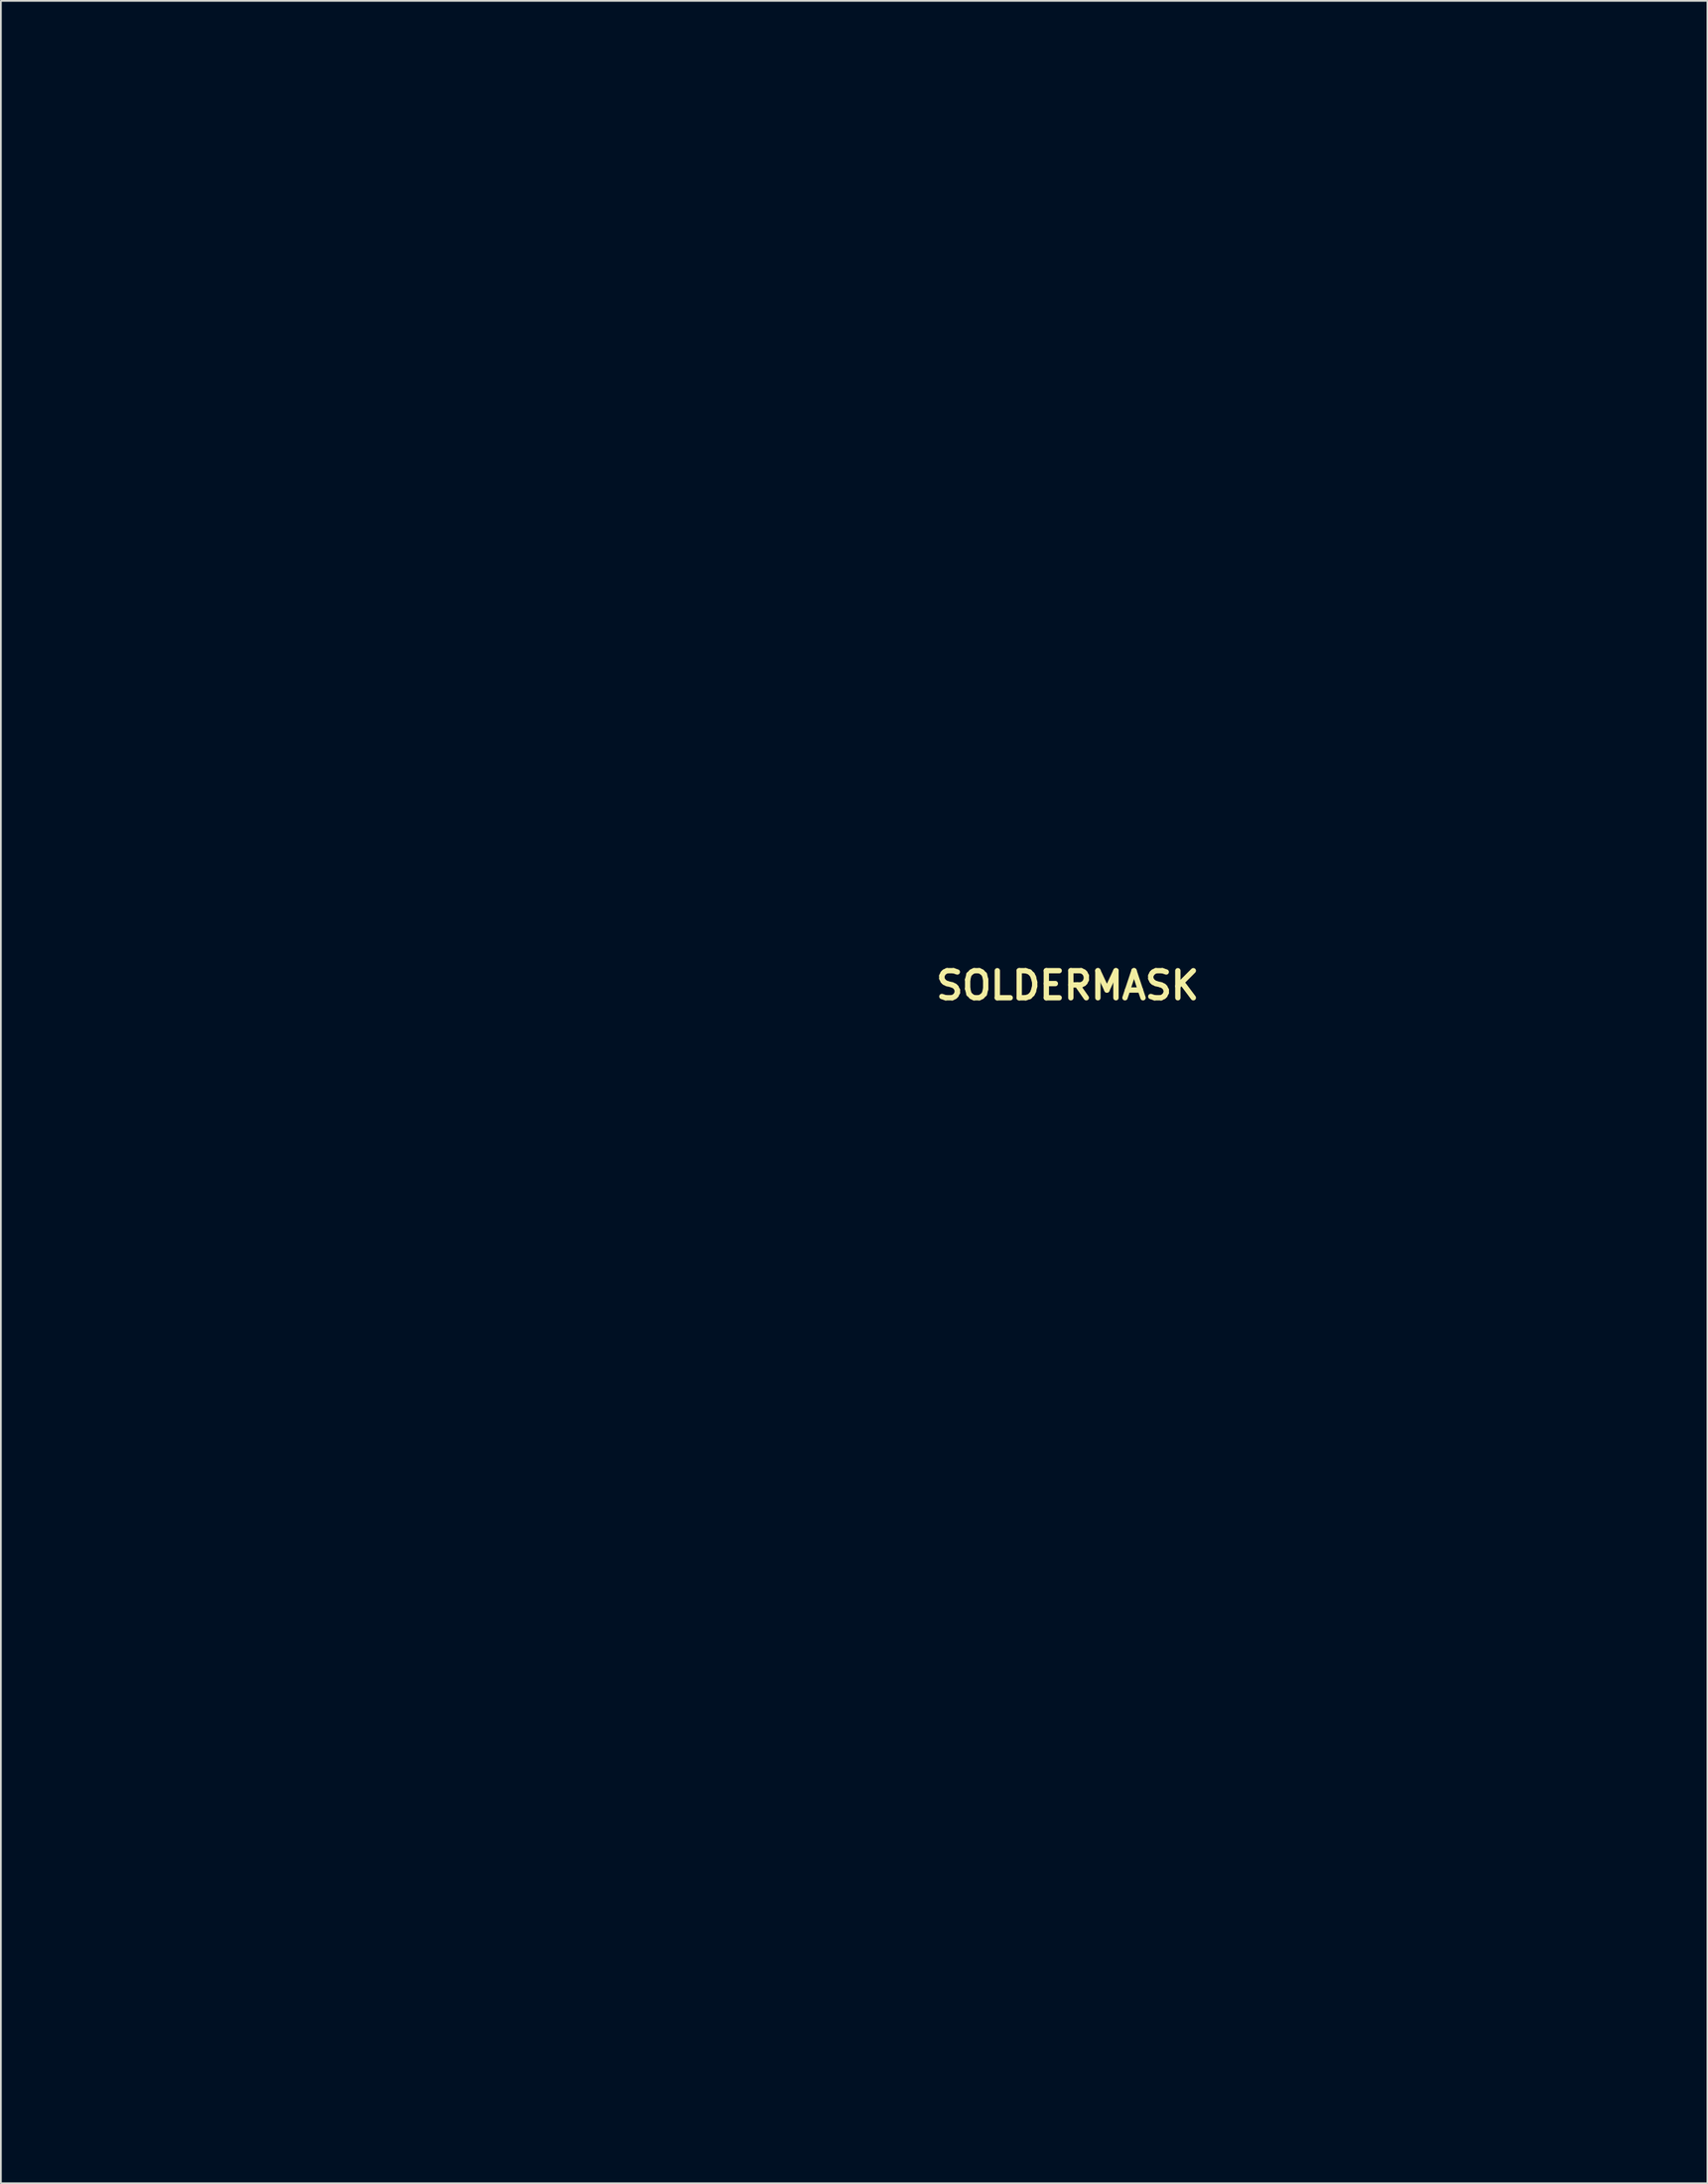
<source format=kicad_pcb>
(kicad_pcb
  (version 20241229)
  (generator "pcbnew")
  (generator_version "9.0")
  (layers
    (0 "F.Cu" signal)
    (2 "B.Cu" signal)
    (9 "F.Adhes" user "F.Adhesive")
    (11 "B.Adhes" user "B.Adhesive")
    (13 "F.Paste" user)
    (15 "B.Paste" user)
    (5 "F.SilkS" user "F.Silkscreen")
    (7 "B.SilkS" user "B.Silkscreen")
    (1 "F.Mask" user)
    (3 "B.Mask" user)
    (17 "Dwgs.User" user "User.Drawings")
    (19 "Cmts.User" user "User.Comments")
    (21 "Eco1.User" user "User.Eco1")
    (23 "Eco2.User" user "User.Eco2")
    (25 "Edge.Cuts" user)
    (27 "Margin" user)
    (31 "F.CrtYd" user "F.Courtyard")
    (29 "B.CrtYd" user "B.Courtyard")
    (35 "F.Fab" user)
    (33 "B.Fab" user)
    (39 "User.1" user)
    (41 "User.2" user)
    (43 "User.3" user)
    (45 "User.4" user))
  (footprint "SOLDERMASK"
    (layer "F.Cu")
    (at 57.026 52.371)
    (property "Reference" "SOLDERMASK" (at 0 0 0) (layer "F.SilkS") (effects (font (size 1.524 1.524) (thickness 0.3))))
    (attr through_hole)
    (fp_poly (pts (xy -38.925 -15.653) (xy -38.936 -15.642) (xy -38.947 -15.653) (xy -38.936 -15.663) (xy -38.925 -15.653)) (stroke (width 0.01) (type solid)) (fill yes) (layer "F.Mask"))
    (fp_poly (pts (xy -31.538 -47.096) (xy -34.819 -47.096) (xy -34.819 -48.535) (xy -31.538 -48.535) (xy -31.538 -47.096)) (stroke (width 0.01) (type solid)) (fill yes) (layer "F.Mask"))
    (fp_poly (pts (xy -42.63 -50.525) (xy -46.059 -50.525) (xy -46.059 -49.064) (xy -42.862 -49.064) (xy -42.862 -47.244) (xy -46.059 -47.244) (xy -46.059 -44.662) (xy -48.281 -44.662) (xy -48.281 -52.366) (xy -42.63 -52.366) (xy -42.63 -50.525)) (stroke (width 0.01) (type solid)) (fill yes) (layer "F.Mask"))
    (fp_poly (pts (xy -18.923 -44.662) (xy -21.145 -44.662) (xy -21.145 -49.128) (xy -22.966 -49.128) (xy -22.966 -50.646) (xy -22.707 -50.66) (xy -22.396 -50.687) (xy -22.122 -50.729) (xy -21.881 -50.789) (xy -21.672 -50.867) (xy -21.49 -50.964) (xy -21.334 -51.082) (xy -21.284 -51.128) (xy -21.157 -51.279) (xy -21.051 -51.46) (xy -20.971 -51.66) (xy -20.941 -51.774) (xy -20.902 -51.943) (xy -18.923 -51.943) (xy -18.923 -44.662)) (stroke (width 0.01) (type solid)) (fill yes) (layer "F.Mask"))
    (fp_poly (pts (xy 12.647 -33.667) (xy 13.656 -32.663) (xy 14.665 -31.659) (xy 14.164 -30.657) (xy 13.663 -29.654) (xy 14.664 -28.653) (xy 15.665 -27.652) (xy 14.188 -26.67) (xy 12.711 -25.688) (xy 10.668 -23.655) (xy 10.169 -22.157) (xy 9.67 -20.659) (xy 7.666 -20.659) (xy 7.167 -22.157) (xy 6.667 -23.655) (xy 4.625 -25.688) (xy 3.147 -26.67) (xy 1.67 -27.652) (xy 2.671 -28.653) (xy 3.672 -29.654) (xy 3.171 -30.657) (xy 2.67 -31.659) (xy 3.679 -32.663) (xy 4.688 -33.667) (xy 6.678 -34.162) (xy 8.668 -34.658) (xy 12.647 -33.667)) (stroke (width 0.01) (type solid)) (fill yes) (layer "F.Mask"))
    (fp_poly (pts (xy -1.144 58.383) (xy -1.145 59.214) (xy -2.648 60.992) (xy -4.15 62.77) (xy -2.562 62.775) (xy -0.974 62.781) (xy -0.974 64.347) (xy -6.498 64.347) (xy -6.498 62.7) (xy -4.995 60.925) (xy -4.795 60.688) (xy -4.602 60.46) (xy -4.42 60.244) (xy -4.248 60.04) (xy -4.089 59.852) (xy -3.946 59.681) (xy -3.819 59.529) (xy -3.71 59.399) (xy -3.621 59.292) (xy -3.554 59.212) (xy -3.511 59.158) (xy -3.493 59.135) (xy -3.493 59.134) (xy -3.513 59.132) (xy -3.573 59.129) (xy -3.668 59.127) (xy -3.795 59.125) (xy -3.95 59.123) (xy -4.131 59.121) (xy -4.333 59.12) (xy -4.554 59.119) (xy -4.789 59.119) (xy -4.932 59.118) (xy -6.371 59.118) (xy -6.371 57.552) (xy -1.143 57.552) (xy -1.144 58.383)) (stroke (width 0.01) (type solid)) (fill yes) (layer "F.Mask"))
    (fp_poly (pts (xy 7.156 16.84) (xy 7.365 17.048) (xy 7.565 17.248) (xy 7.755 17.437) (xy 7.933 17.614) (xy 8.097 17.776) (xy 8.244 17.921) (xy 8.372 18.047) (xy 8.48 18.153) (xy 8.566 18.236) (xy 8.627 18.294) (xy 8.661 18.325) (xy 8.668 18.33) (xy 8.688 18.319) (xy 8.741 18.286) (xy 8.824 18.232) (xy 8.935 18.16) (xy 9.07 18.072) (xy 9.227 17.968) (xy 9.404 17.852) (xy 9.598 17.723) (xy 9.806 17.585) (xy 10.026 17.439) (xy 10.181 17.336) (xy 11.673 16.341) (xy 13.172 17.839) (xy 14.671 19.338) (xy 13.667 23.351) (xy 15.663 25.347) (xy 11.668 29.342) (xy 10.168 28.842) (xy 8.668 28.342) (xy 7.176 28.84) (xy 6.934 28.92) (xy 6.705 28.996) (xy 6.491 29.067) (xy 6.294 29.133) (xy 6.119 29.191) (xy 5.969 29.24) (xy 5.846 29.281) (xy 5.753 29.311) (xy 5.694 29.33) (xy 5.673 29.337) (xy 5.673 29.337) (xy 5.657 29.322) (xy 5.613 29.279) (xy 5.542 29.21) (xy 5.447 29.116) (xy 5.329 28.999) (xy 5.189 28.86) (xy 5.03 28.702) (xy 4.854 28.527) (xy 4.661 28.335) (xy 4.455 28.129) (xy 4.236 27.91) (xy 4.006 27.681) (xy 3.767 27.442) (xy 3.667 27.342) (xy 1.672 25.347) (xy 3.668 23.351) (xy 2.667 19.346) (xy 4.166 17.348) (xy 5.665 15.349) (xy 7.156 16.84)) (stroke (width 0.01) (type solid)) (fill yes) (layer "F.Mask"))
    (fp_poly (pts (xy -39.924 18.344) (xy -40.924 19.345) (xy -40.723 19.552) (xy -40.618 19.661) (xy -40.498 19.784) (xy -40.368 19.919) (xy -40.229 20.063) (xy -40.085 20.213) (xy -39.94 20.364) (xy -39.794 20.515) (xy -39.653 20.663) (xy -39.519 20.803) (xy -39.394 20.933) (xy -39.282 21.051) (xy -39.186 21.152) (xy -39.108 21.233) (xy -39.052 21.293) (xy -39.021 21.327) (xy -39.015 21.333) (xy -39.034 21.342) (xy -39.09 21.363) (xy -39.18 21.395) (xy -39.3 21.437) (xy -39.449 21.488) (xy -39.622 21.548) (xy -39.816 21.614) (xy -40.029 21.686) (xy -40.258 21.762) (xy -40.498 21.843) (xy -40.502 21.844) (xy -40.743 21.924) (xy -40.972 22.001) (xy -41.186 22.073) (xy -41.381 22.139) (xy -41.555 22.198) (xy -41.705 22.249) (xy -41.826 22.291) (xy -41.917 22.323) (xy -41.975 22.344) (xy -41.995 22.352) (xy -41.995 22.352) (xy -41.988 22.373) (xy -41.969 22.432) (xy -41.939 22.524) (xy -41.899 22.647) (xy -41.849 22.797) (xy -41.791 22.972) (xy -41.726 23.168) (xy -41.655 23.382) (xy -41.578 23.611) (xy -41.499 23.85) (xy -41.419 24.09) (xy -41.343 24.318) (xy -41.273 24.531) (xy -41.208 24.726) (xy -41.151 24.9) (xy -41.103 25.049) (xy -41.064 25.17) (xy -41.035 25.26) (xy -41.017 25.317) (xy -41.012 25.337) (xy -41.032 25.327) (xy -41.087 25.3) (xy -41.175 25.257) (xy -41.293 25.198) (xy -41.44 25.125) (xy -41.611 25.04) (xy -41.806 24.943) (xy -42.021 24.836) (xy -42.254 24.72) (xy -42.503 24.595) (xy -42.764 24.465) (xy -43.011 24.342) (xy -45 23.347) (xy -49.932 23.347) (xy -51.425 24.342) (xy -52.917 25.337) (xy -52.917 23.315) (xy -51.931 20.352) (xy -47.932 18.345) (xy -43.427 17.844) (xy -38.923 17.343) (xy -39.924 18.344)) (stroke (width 0.01) (type solid)) (fill yes) (layer "F.Mask"))
    (fp_poly (pts (xy -38.984 -15.637) (xy -38.998 -15.624) (xy -39.045 -15.59) (xy -39.122 -15.536) (xy -39.227 -15.464) (xy -39.357 -15.375) (xy -39.509 -15.272) (xy -39.682 -15.155) (xy -39.872 -15.027) (xy -40.077 -14.889) (xy -40.295 -14.744) (xy -40.44 -14.647) (xy -41.917 -13.663) (xy -42.919 -12.16) (xy -43.921 -10.657) (xy -43.921 -9.158) (xy -43.921 -8.859) (xy -43.921 -8.601) (xy -43.922 -8.38) (xy -43.923 -8.194) (xy -43.925 -8.04) (xy -43.927 -7.917) (xy -43.93 -7.821) (xy -43.933 -7.751) (xy -43.937 -7.704) (xy -43.941 -7.677) (xy -43.946 -7.667) (xy -43.947 -7.668) (xy -43.97 -7.675) (xy -44.031 -7.696) (xy -44.127 -7.728) (xy -44.257 -7.771) (xy -44.418 -7.825) (xy -44.608 -7.888) (xy -44.825 -7.961) (xy -45.066 -8.041) (xy -45.33 -8.129) (xy -45.614 -8.224) (xy -45.915 -8.324) (xy -46.232 -8.43) (xy -46.563 -8.54) (xy -46.904 -8.654) (xy -46.948 -8.668) (xy -49.922 -9.659) (xy -51.419 -8.661) (xy -52.917 -7.662) (xy -52.917 -9.673) (xy -51.922 -11.662) (xy -51.759 -11.989) (xy -51.613 -12.279) (xy -51.485 -12.535) (xy -51.372 -12.759) (xy -51.273 -12.953) (xy -51.189 -13.118) (xy -51.117 -13.258) (xy -51.056 -13.373) (xy -51.006 -13.466) (xy -50.966 -13.538) (xy -50.935 -13.592) (xy -50.911 -13.629) (xy -50.894 -13.652) (xy -50.882 -13.662) (xy -50.88 -13.663) (xy -50.85 -13.668) (xy -50.781 -13.68) (xy -50.674 -13.698) (xy -50.533 -13.722) (xy -50.358 -13.752) (xy -50.151 -13.787) (xy -49.916 -13.826) (xy -49.653 -13.87) (xy -49.365 -13.918) (xy -49.055 -13.97) (xy -48.723 -14.026) (xy -48.371 -14.084) (xy -48.003 -14.145) (xy -47.62 -14.209) (xy -47.224 -14.275) (xy -46.817 -14.343) (xy -46.4 -14.412) (xy -45.977 -14.482) (xy -45.549 -14.554) (xy -45.118 -14.625) (xy -44.686 -14.697) (xy -44.256 -14.768) (xy -43.828 -14.839) (xy -43.406 -14.909) (xy -42.991 -14.978) (xy -42.585 -15.045) (xy -42.19 -15.11) (xy -41.809 -15.173) (xy -41.443 -15.234) (xy -41.095 -15.292) (xy -40.765 -15.346) (xy -40.457 -15.397) (xy -40.173 -15.443) (xy -39.914 -15.486) (xy -39.683 -15.524) (xy -39.481 -15.557) (xy -39.31 -15.585) (xy -39.173 -15.607) (xy -39.072 -15.623) (xy -39.008 -15.633) (xy -38.984 -15.637) (xy -38.984 -15.637)) (stroke (width 0.01) (type solid)) (fill yes) (layer "F.Mask"))
    (fp_poly (pts (xy -52.848 -31.644) (xy -52.819 -31.642) (xy -52.751 -31.636) (xy -52.645 -31.627) (xy -52.504 -31.615) (xy -52.33 -31.599) (xy -52.124 -31.581) (xy -51.89 -31.56) (xy -51.629 -31.537) (xy -51.343 -31.511) (xy -51.034 -31.483) (xy -50.706 -31.454) (xy -50.359 -31.422) (xy -49.996 -31.39) (xy -49.619 -31.355) (xy -49.23 -31.32) (xy -48.832 -31.284) (xy -48.426 -31.247) (xy -48.014 -31.21) (xy -47.6 -31.172) (xy -47.184 -31.134) (xy -46.769 -31.096) (xy -46.358 -31.058) (xy -45.951 -31.021) (xy -45.553 -30.985) (xy -45.164 -30.949) (xy -44.786 -30.915) (xy -44.423 -30.881) (xy -44.075 -30.849) (xy -43.746 -30.819) (xy -43.437 -30.79) (xy -43.151 -30.764) (xy -42.889 -30.739) (xy -42.654 -30.718) (xy -42.447 -30.698) (xy -42.272 -30.682) (xy -42.13 -30.668) (xy -42.023 -30.658) (xy -41.954 -30.651) (xy -41.924 -30.648) (xy -41.923 -30.647) (xy -41.912 -30.628) (xy -41.884 -30.572) (xy -41.839 -30.483) (xy -41.779 -30.362) (xy -41.703 -30.211) (xy -41.613 -30.033) (xy -41.511 -29.828) (xy -41.397 -29.601) (xy -41.271 -29.351) (xy -41.137 -29.082) (xy -40.993 -28.795) (xy -40.842 -28.492) (xy -40.684 -28.176) (xy -40.52 -27.848) (xy -40.419 -27.647) (xy -40.197 -27.202) (xy -39.994 -26.794) (xy -39.809 -26.424) (xy -39.643 -26.089) (xy -39.496 -25.791) (xy -39.367 -25.529) (xy -39.256 -25.303) (xy -39.163 -25.111) (xy -39.088 -24.955) (xy -39.03 -24.832) (xy -38.99 -24.744) (xy -38.967 -24.689) (xy -38.961 -24.668) (xy -38.962 -24.667) (xy -38.987 -24.674) (xy -39.051 -24.69) (xy -39.15 -24.715) (xy -39.282 -24.748) (xy -39.443 -24.789) (xy -39.63 -24.836) (xy -39.842 -24.889) (xy -40.074 -24.947) (xy -40.324 -25.009) (xy -40.589 -25.076) (xy -40.867 -25.145) (xy -40.96 -25.168) (xy -42.921 -25.658) (xy -44.22 -24.661) (xy -44.426 -24.503) (xy -44.623 -24.353) (xy -44.807 -24.213) (xy -44.977 -24.084) (xy -45.129 -23.969) (xy -45.261 -23.869) (xy -45.371 -23.787) (xy -45.455 -23.725) (xy -45.512 -23.684) (xy -45.539 -23.666) (xy -45.54 -23.666) (xy -45.562 -23.674) (xy -45.619 -23.7) (xy -45.711 -23.74) (xy -45.833 -23.795) (xy -45.984 -23.863) (xy -46.162 -23.943) (xy -46.363 -24.034) (xy -46.585 -24.135) (xy -46.827 -24.245) (xy -47.085 -24.362) (xy -47.356 -24.486) (xy -47.64 -24.615) (xy -47.742 -24.662) (xy -49.923 -25.656) (xy -52.917 -31.644) (xy -52.848 -31.644)) (stroke (width 0.01) (type solid)) (fill yes) (layer "F.Mask"))
    (fp_poly (pts (xy -26.003 -15.663) (xy -25.009 -16.658) (xy -24.839 -16.827) (xy -24.678 -16.987) (xy -24.529 -17.134) (xy -24.393 -17.268) (xy -24.273 -17.385) (xy -24.172 -17.482) (xy -24.092 -17.558) (xy -24.035 -17.609) (xy -24.005 -17.635) (xy -24.001 -17.637) (xy -23.992 -17.615) (xy -23.971 -17.555) (xy -23.939 -17.462) (xy -23.897 -17.339) (xy -23.845 -17.188) (xy -23.786 -17.012) (xy -23.72 -16.816) (xy -23.648 -16.601) (xy -23.572 -16.372) (xy -23.494 -16.139) (xy -23.001 -14.656) (xy -21.02 -14.162) (xy -20.738 -14.091) (xy -20.468 -14.024) (xy -20.212 -13.96) (xy -19.974 -13.899) (xy -19.756 -13.844) (xy -19.561 -13.795) (xy -19.391 -13.751) (xy -19.25 -13.715) (xy -19.141 -13.687) (xy -19.066 -13.667) (xy -19.028 -13.656) (xy -19.024 -13.654) (xy -19.036 -13.637) (xy -19.076 -13.593) (xy -19.14 -13.524) (xy -19.228 -13.433) (xy -19.336 -13.321) (xy -19.461 -13.193) (xy -19.603 -13.049) (xy -19.757 -12.893) (xy -19.922 -12.727) (xy -20.003 -12.647) (xy -20.997 -11.652) (xy -19.003 -9.657) (xy -20.503 -9.157) (xy -22.003 -8.657) (xy -23.003 -6.657) (xy -24.003 -4.657) (xy -25.003 -5.157) (xy -26.003 -5.657) (xy -27.003 -5.157) (xy -28.004 -4.657) (xy -30.004 -8.657) (xy -31.503 -9.157) (xy -31.785 -9.251) (xy -32.028 -9.332) (xy -32.237 -9.402) (xy -32.413 -9.462) (xy -32.559 -9.512) (xy -32.679 -9.553) (xy -32.773 -9.587) (xy -32.846 -9.614) (xy -32.899 -9.636) (xy -32.936 -9.653) (xy -32.958 -9.666) (xy -32.969 -9.676) (xy -32.971 -9.684) (xy -32.966 -9.691) (xy -32.964 -9.694) (xy -32.942 -9.714) (xy -32.892 -9.761) (xy -32.816 -9.832) (xy -32.718 -9.924) (xy -32.599 -10.034) (xy -32.464 -10.16) (xy -32.314 -10.3) (xy -32.153 -10.451) (xy -31.983 -10.61) (xy -31.957 -10.634) (xy -30.989 -11.538) (xy -31.983 -12.585) (xy -32.151 -12.761) (xy -32.309 -12.929) (xy -32.457 -13.085) (xy -32.591 -13.227) (xy -32.708 -13.353) (xy -32.808 -13.46) (xy -32.887 -13.545) (xy -32.942 -13.606) (xy -32.973 -13.64) (xy -32.978 -13.647) (xy -32.958 -13.655) (xy -32.899 -13.671) (xy -32.805 -13.697) (xy -32.679 -13.73) (xy -32.522 -13.771) (xy -32.339 -13.819) (xy -32.131 -13.872) (xy -31.901 -13.93) (xy -31.653 -13.993) (xy -31.389 -14.06) (xy -31.112 -14.13) (xy -30.988 -14.16) (xy -28.998 -14.658) (xy -28.498 -16.158) (xy -27.998 -17.658) (xy -26.003 -15.663)) (stroke (width 0.01) (type solid)) (fill yes) (layer "F.Mask"))
    (fp_poly (pts (xy -10.172 17.334) (xy -9.979 17.591) (xy -9.793 17.838) (xy -9.616 18.073) (xy -9.449 18.295) (xy -9.294 18.5) (xy -9.152 18.688) (xy -9.025 18.855) (xy -8.914 19.001) (xy -8.821 19.122) (xy -8.749 19.217) (xy -8.697 19.283) (xy -8.668 19.318) (xy -8.662 19.324) (xy -8.648 19.308) (xy -8.61 19.259) (xy -8.549 19.181) (xy -8.468 19.075) (xy -8.368 18.943) (xy -8.251 18.789) (xy -8.118 18.612) (xy -7.97 18.417) (xy -7.81 18.205) (xy -7.639 17.977) (xy -7.458 17.737) (xy -7.27 17.485) (xy -7.157 17.335) (xy -5.667 15.346) (xy -4.168 17.345) (xy -2.669 19.344) (xy -3.165 21.827) (xy -3.229 22.144) (xy -3.29 22.451) (xy -3.348 22.743) (xy -3.403 23.018) (xy -3.454 23.274) (xy -3.501 23.509) (xy -3.543 23.719) (xy -3.579 23.902) (xy -3.609 24.055) (xy -3.633 24.177) (xy -3.65 24.264) (xy -3.66 24.314) (xy -3.662 24.325) (xy -3.643 24.338) (xy -3.591 24.367) (xy -3.507 24.412) (xy -3.396 24.469) (xy -3.261 24.539) (xy -3.105 24.618) (xy -2.933 24.706) (xy -2.747 24.799) (xy -2.664 24.841) (xy -1.665 25.34) (xy -3.666 27.341) (xy -5.666 29.341) (xy -7.164 28.343) (xy -8.662 27.344) (xy -10.157 28.34) (xy -10.384 28.491) (xy -10.6 28.635) (xy -10.803 28.77) (xy -10.991 28.895) (xy -11.162 29.008) (xy -11.311 29.107) (xy -11.438 29.191) (xy -11.539 29.257) (xy -11.612 29.304) (xy -11.653 29.331) (xy -11.663 29.337) (xy -11.679 29.322) (xy -11.723 29.279) (xy -11.794 29.21) (xy -11.889 29.116) (xy -12.007 28.999) (xy -12.146 28.86) (xy -12.305 28.702) (xy -12.482 28.527) (xy -12.674 28.335) (xy -12.881 28.129) (xy -13.1 27.91) (xy -13.33 27.681) (xy -13.568 27.442) (xy -13.669 27.342) (xy -15.664 25.347) (xy -14.669 24.85) (xy -14.478 24.754) (xy -14.3 24.664) (xy -14.137 24.581) (xy -13.993 24.506) (xy -13.872 24.443) (xy -13.776 24.392) (xy -13.71 24.355) (xy -13.677 24.334) (xy -13.674 24.331) (xy -13.678 24.308) (xy -13.69 24.246) (xy -13.709 24.147) (xy -13.735 24.015) (xy -13.767 23.852) (xy -13.805 23.66) (xy -13.848 23.441) (xy -13.896 23.2) (xy -13.949 22.937) (xy -14.005 22.656) (xy -14.064 22.359) (xy -14.126 22.049) (xy -14.17 21.827) (xy -14.667 19.344) (xy -13.166 17.343) (xy -11.666 15.342) (xy -10.172 17.334)) (stroke (width 0.01) (type solid)) (fill yes) (layer "F.Mask"))
    (fp_poly (pts (xy -52.821 1.357) (xy -52.754 1.363) (xy -52.648 1.372) (xy -52.505 1.384) (xy -52.328 1.4) (xy -52.117 1.419) (xy -51.875 1.44) (xy -51.603 1.465) (xy -51.303 1.492) (xy -50.977 1.521) (xy -50.627 1.553) (xy -50.254 1.586) (xy -49.861 1.622) (xy -49.449 1.659) (xy -49.019 1.698) (xy -48.575 1.738) (xy -48.116 1.78) (xy -47.647 1.823) (xy -47.349 1.85) (xy -41.918 2.344) (xy -40.422 3.342) (xy -38.925 4.339) (xy -38.925 6.35) (xy -39.92 7.842) (xy -40.071 8.068) (xy -40.215 8.284) (xy -40.35 8.486) (xy -40.475 8.673) (xy -40.589 8.842) (xy -40.688 8.991) (xy -40.772 9.116) (xy -40.839 9.215) (xy -40.887 9.286) (xy -40.915 9.326) (xy -40.921 9.335) (xy -40.931 9.316) (xy -40.958 9.263) (xy -41.001 9.18) (xy -41.057 9.069) (xy -41.125 8.934) (xy -41.203 8.778) (xy -41.29 8.606) (xy -41.383 8.421) (xy -41.423 8.339) (xy -41.534 8.117) (xy -41.628 7.93) (xy -41.707 7.776) (xy -41.771 7.65) (xy -41.823 7.552) (xy -41.864 7.476) (xy -41.896 7.422) (xy -41.921 7.385) (xy -41.939 7.364) (xy -41.953 7.354) (xy -41.963 7.353) (xy -41.989 7.358) (xy -42.054 7.371) (xy -42.155 7.392) (xy -42.289 7.419) (xy -42.455 7.452) (xy -42.649 7.491) (xy -42.87 7.535) (xy -43.113 7.584) (xy -43.377 7.637) (xy -43.659 7.693) (xy -43.956 7.753) (xy -44.267 7.815) (xy -44.468 7.855) (xy -46.93 8.347) (xy -47.929 7.347) (xy -48.929 6.348) (xy -50.917 6.845) (xy -51.199 6.915) (xy -51.469 6.983) (xy -51.725 7.046) (xy -51.963 7.106) (xy -52.181 7.16) (xy -52.376 7.208) (xy -52.545 7.249) (xy -52.685 7.284) (xy -52.794 7.31) (xy -52.869 7.328) (xy -52.906 7.336) (xy -52.91 7.337) (xy -52.9 7.319) (xy -52.867 7.269) (xy -52.814 7.188) (xy -52.743 7.08) (xy -52.656 6.947) (xy -52.553 6.791) (xy -52.437 6.616) (xy -52.309 6.424) (xy -52.171 6.217) (xy -52.025 5.997) (xy -51.919 5.838) (xy -50.923 4.344) (xy -51.92 2.849) (xy -52.096 2.586) (xy -52.25 2.355) (xy -52.383 2.155) (xy -52.496 1.984) (xy -52.592 1.839) (xy -52.671 1.718) (xy -52.735 1.619) (xy -52.785 1.54) (xy -52.822 1.479) (xy -52.848 1.433) (xy -52.864 1.4) (xy -52.872 1.378) (xy -52.873 1.364) (xy -52.868 1.358) (xy -52.859 1.355) (xy -52.848 1.355) (xy -52.821 1.357)) (stroke (width 0.01) (type solid)) (fill yes) (layer "F.Mask"))
    (fp_poly (pts (xy 28.498 -16.158) (xy 28.998 -14.658) (xy 30.983 -14.163) (xy 31.265 -14.092) (xy 31.535 -14.025) (xy 31.791 -13.96) (xy 32.03 -13.901) (xy 32.248 -13.846) (xy 32.444 -13.797) (xy 32.614 -13.754) (xy 32.755 -13.718) (xy 32.864 -13.69) (xy 32.94 -13.671) (xy 32.978 -13.66) (xy 32.982 -13.659) (xy 32.976 -13.639) (xy 32.953 -13.585) (xy 32.913 -13.5) (xy 32.86 -13.388) (xy 32.794 -13.252) (xy 32.718 -13.095) (xy 32.633 -12.923) (xy 32.541 -12.737) (xy 32.498 -12.651) (xy 31.999 -11.652) (xy 32.499 -10.652) (xy 32.999 -9.652) (xy 29.997 -9.652) (xy 28.999 -7.155) (xy 28 -4.658) (xy 27.002 -5.158) (xy 26.004 -5.657) (xy 25.003 -5.156) (xy 24.002 -4.656) (xy 23.964 -4.746) (xy 23.951 -4.777) (xy 23.924 -4.845) (xy 23.883 -4.947) (xy 23.829 -5.081) (xy 23.764 -5.244) (xy 23.688 -5.434) (xy 23.602 -5.648) (xy 23.508 -5.884) (xy 23.405 -6.14) (xy 23.297 -6.412) (xy 23.182 -6.699) (xy 23.063 -6.997) (xy 22.964 -7.244) (xy 22.003 -9.651) (xy 20.505 -9.652) (xy 20.258 -9.652) (xy 20.023 -9.653) (xy 19.804 -9.654) (xy 19.605 -9.655) (xy 19.429 -9.657) (xy 19.279 -9.659) (xy 19.159 -9.661) (xy 19.072 -9.663) (xy 19.021 -9.666) (xy 19.009 -9.668) (xy 19.018 -9.689) (xy 19.045 -9.745) (xy 19.087 -9.831) (xy 19.143 -9.945) (xy 19.211 -10.082) (xy 19.289 -10.238) (xy 19.375 -10.411) (xy 19.468 -10.597) (xy 19.504 -10.668) (xy 19.997 -11.652) (xy 19.501 -12.645) (xy 19.406 -12.835) (xy 19.318 -13.014) (xy 19.238 -13.178) (xy 19.169 -13.323) (xy 19.11 -13.446) (xy 19.065 -13.544) (xy 19.035 -13.612) (xy 19.022 -13.648) (xy 19.022 -13.652) (xy 19.045 -13.66) (xy 19.106 -13.676) (xy 19.202 -13.702) (xy 19.331 -13.735) (xy 19.489 -13.776) (xy 19.675 -13.823) (xy 19.884 -13.877) (xy 20.115 -13.935) (xy 20.364 -13.998) (xy 20.629 -14.064) (xy 20.907 -14.134) (xy 21.02 -14.162) (xy 23.001 -14.656) (xy 23.494 -16.139) (xy 23.574 -16.379) (xy 23.65 -16.608) (xy 23.722 -16.822) (xy 23.788 -17.018) (xy 23.847 -17.193) (xy 23.898 -17.343) (xy 23.94 -17.466) (xy 23.972 -17.558) (xy 23.993 -17.616) (xy 24.001 -17.637) (xy 24.018 -17.625) (xy 24.062 -17.585) (xy 24.131 -17.52) (xy 24.223 -17.433) (xy 24.334 -17.325) (xy 24.463 -17.199) (xy 24.606 -17.058) (xy 24.762 -16.903) (xy 24.928 -16.738) (xy 25.009 -16.658) (xy 26.003 -15.663) (xy 27.998 -17.658) (xy 28.498 -16.158)) (stroke (width 0.01) (type solid)) (fill yes) (layer "F.Mask"))
    (fp_poly (pts (xy 8.689 -17.616) (xy 8.702 -17.594) (xy 8.737 -17.537) (xy 8.79 -17.449) (xy 8.861 -17.33) (xy 8.949 -17.184) (xy 9.053 -17.012) (xy 9.17 -16.816) (xy 9.301 -16.6) (xy 9.442 -16.363) (xy 9.594 -16.11) (xy 9.755 -15.842) (xy 9.924 -15.561) (xy 10.099 -15.269) (xy 10.189 -15.118) (xy 11.665 -12.658) (xy 13.666 -12.658) (xy 14.014 -12.658) (xy 14.322 -12.657) (xy 14.591 -12.657) (xy 14.825 -12.656) (xy 15.024 -12.655) (xy 15.192 -12.653) (xy 15.331 -12.651) (xy 15.442 -12.649) (xy 15.527 -12.646) (xy 15.589 -12.643) (xy 15.631 -12.64) (xy 15.653 -12.636) (xy 15.658 -12.631) (xy 15.65 -12.608) (xy 15.63 -12.548) (xy 15.598 -12.451) (xy 15.554 -12.321) (xy 15.501 -12.16) (xy 15.437 -11.97) (xy 15.365 -11.753) (xy 15.285 -11.512) (xy 15.197 -11.248) (xy 15.102 -10.965) (xy 15.002 -10.663) (xy 14.896 -10.346) (xy 14.786 -10.016) (xy 14.672 -9.674) (xy 14.658 -9.631) (xy 13.667 -6.657) (xy 11.18 -5.165) (xy 10.883 -4.986) (xy 10.595 -4.813) (xy 10.319 -4.648) (xy 10.057 -4.492) (xy 9.811 -4.345) (xy 9.584 -4.209) (xy 9.376 -4.085) (xy 9.192 -3.975) (xy 9.031 -3.88) (xy 8.898 -3.801) (xy 8.793 -3.739) (xy 8.719 -3.696) (xy 8.678 -3.673) (xy 8.67 -3.669) (xy 8.65 -3.679) (xy 8.595 -3.71) (xy 8.508 -3.76) (xy 8.391 -3.828) (xy 8.246 -3.914) (xy 8.076 -4.014) (xy 7.882 -4.13) (xy 7.666 -4.258) (xy 7.431 -4.398) (xy 7.178 -4.549) (xy 6.91 -4.709) (xy 6.629 -4.878) (xy 6.337 -5.053) (xy 6.158 -5.161) (xy 3.669 -6.657) (xy 2.678 -9.631) (xy 2.564 -9.974) (xy 2.453 -10.305) (xy 2.347 -10.624) (xy 2.246 -10.928) (xy 2.15 -11.214) (xy 2.062 -11.48) (xy 1.98 -11.724) (xy 1.907 -11.944) (xy 1.842 -12.138) (xy 1.787 -12.303) (xy 1.742 -12.437) (xy 1.709 -12.537) (xy 1.687 -12.603) (xy 1.678 -12.631) (xy 1.677 -12.631) (xy 1.683 -12.636) (xy 1.706 -12.64) (xy 1.748 -12.643) (xy 1.811 -12.647) (xy 1.898 -12.649) (xy 2.01 -12.651) (xy 2.149 -12.653) (xy 2.319 -12.655) (xy 2.52 -12.656) (xy 2.755 -12.657) (xy 3.026 -12.657) (xy 3.335 -12.658) (xy 3.667 -12.658) (xy 5.666 -12.658) (xy 7.165 -15.155) (xy 7.378 -15.511) (xy 7.571 -15.832) (xy 7.745 -16.12) (xy 7.899 -16.377) (xy 8.036 -16.604) (xy 8.157 -16.803) (xy 8.262 -16.975) (xy 8.353 -17.123) (xy 8.43 -17.248) (xy 8.495 -17.351) (xy 8.548 -17.435) (xy 8.591 -17.501) (xy 8.625 -17.55) (xy 8.65 -17.585) (xy 8.669 -17.606) (xy 8.681 -17.617) (xy 8.688 -17.617) (xy 8.689 -17.616)) (stroke (width 0.01) (type solid)) (fill yes) (layer "F.Mask"))
    (fp_poly (pts (xy 3.144 57.421) (xy 3.368 57.429) (xy 3.572 57.444) (xy 3.672 57.456) (xy 4.066 57.525) (xy 4.431 57.623) (xy 4.765 57.751) (xy 5.069 57.906) (xy 5.342 58.09) (xy 5.584 58.301) (xy 5.794 58.54) (xy 5.972 58.806) (xy 6.118 59.098) (xy 6.231 59.417) (xy 6.287 59.643) (xy 6.31 59.783) (xy 6.329 59.951) (xy 6.341 60.134) (xy 6.347 60.32) (xy 6.346 60.496) (xy 6.338 60.649) (xy 6.331 60.711) (xy 6.271 61.027) (xy 6.178 61.326) (xy 6.048 61.615) (xy 5.879 61.899) (xy 5.772 62.052) (xy 5.72 62.117) (xy 5.646 62.202) (xy 5.557 62.301) (xy 5.461 62.404) (xy 5.389 62.479) (xy 5.115 62.759) (xy 6.456 62.759) (xy 6.456 64.347) (xy 3.387 64.347) (xy 3.387 62.703) (xy 3.442 62.652) (xy 3.497 62.595) (xy 3.569 62.513) (xy 3.649 62.416) (xy 3.729 62.314) (xy 3.803 62.217) (xy 3.851 62.148) (xy 4.008 61.879) (xy 4.132 61.587) (xy 4.221 61.28) (xy 4.275 60.964) (xy 4.291 60.647) (xy 4.279 60.424) (xy 4.239 60.156) (xy 4.178 59.921) (xy 4.093 59.716) (xy 3.984 59.537) (xy 3.888 59.422) (xy 3.734 59.279) (xy 3.57 59.173) (xy 3.39 59.1) (xy 3.189 59.06) (xy 2.995 59.048) (xy 2.769 59.06) (xy 2.569 59.099) (xy 2.391 59.169) (xy 2.228 59.271) (xy 2.117 59.365) (xy 1.975 59.522) (xy 1.86 59.699) (xy 1.773 59.899) (xy 1.712 60.125) (xy 1.676 60.38) (xy 1.663 60.668) (xy 1.663 60.695) (xy 1.68 61.015) (xy 1.728 61.313) (xy 1.809 61.595) (xy 1.925 61.864) (xy 2.079 62.126) (xy 2.271 62.386) (xy 2.408 62.545) (xy 2.561 62.714) (xy 2.561 64.347) (xy -0.508 64.347) (xy -0.508 62.759) (xy 0.148 62.759) (xy 0.31 62.759) (xy 0.457 62.757) (xy 0.585 62.755) (xy 0.688 62.752) (xy 0.761 62.749) (xy 0.8 62.745) (xy 0.804 62.743) (xy 0.79 62.722) (xy 0.751 62.679) (xy 0.694 62.619) (xy 0.624 62.548) (xy 0.623 62.547) (xy 0.359 62.266) (xy 0.137 61.986) (xy -0.046 61.705) (xy -0.188 61.422) (xy -0.274 61.196) (xy -0.313 61.068) (xy -0.343 60.954) (xy -0.364 60.845) (xy -0.378 60.729) (xy -0.386 60.598) (xy -0.39 60.442) (xy -0.39 60.293) (xy -0.389 60.133) (xy -0.386 60.006) (xy -0.38 59.903) (xy -0.371 59.814) (xy -0.358 59.73) (xy -0.342 59.654) (xy -0.25 59.314) (xy -0.126 59.001) (xy 0.031 58.716) (xy 0.219 58.458) (xy 0.439 58.228) (xy 0.691 58.026) (xy 0.975 57.852) (xy 1.289 57.706) (xy 1.635 57.588) (xy 2.012 57.499) (xy 2.286 57.455) (xy 2.469 57.436) (xy 2.682 57.424) (xy 2.911 57.419) (xy 3.144 57.421)) (stroke (width 0.01) (type solid)) (fill yes) (layer "F.Mask"))
    (fp_poly (pts (xy -8.672 -17.61) (xy -8.655 -17.591) (xy -8.631 -17.559) (xy -8.6 -17.514) (xy -8.559 -17.452) (xy -8.508 -17.372) (xy -8.446 -17.273) (xy -8.371 -17.154) (xy -8.284 -17.011) (xy -8.182 -16.844) (xy -8.065 -16.652) (xy -7.932 -16.431) (xy -7.782 -16.182) (xy -7.613 -15.901) (xy -7.424 -15.588) (xy -7.216 -15.24) (xy -7.165 -15.155) (xy -5.666 -12.658) (xy -3.667 -12.658) (xy -3.331 -12.658) (xy -3.035 -12.658) (xy -2.776 -12.657) (xy -2.552 -12.657) (xy -2.36 -12.656) (xy -2.198 -12.655) (xy -2.064 -12.654) (xy -1.954 -12.652) (xy -1.867 -12.65) (xy -1.8 -12.648) (xy -1.751 -12.645) (xy -1.716 -12.641) (xy -1.694 -12.637) (xy -1.682 -12.632) (xy -1.677 -12.626) (xy -1.677 -12.621) (xy -1.684 -12.597) (xy -1.702 -12.534) (xy -1.73 -12.435) (xy -1.768 -12.301) (xy -1.815 -12.136) (xy -1.871 -11.94) (xy -1.935 -11.716) (xy -2.006 -11.467) (xy -2.084 -11.193) (xy -2.169 -10.898) (xy -2.259 -10.584) (xy -2.353 -10.252) (xy -2.453 -9.905) (xy -2.556 -9.544) (xy -2.662 -9.173) (xy -2.676 -9.121) (xy -3.666 -5.658) (xy -6.14 -4.669) (xy -6.449 -4.545) (xy -6.747 -4.426) (xy -7.033 -4.312) (xy -7.303 -4.204) (xy -7.556 -4.104) (xy -7.788 -4.011) (xy -7.998 -3.928) (xy -8.183 -3.854) (xy -8.341 -3.792) (xy -8.469 -3.742) (xy -8.565 -3.704) (xy -8.626 -3.68) (xy -8.651 -3.671) (xy -8.651 -3.671) (xy -8.675 -3.678) (xy -8.736 -3.699) (xy -8.831 -3.735) (xy -8.959 -3.783) (xy -9.116 -3.844) (xy -9.301 -3.916) (xy -9.51 -3.998) (xy -9.743 -4.089) (xy -9.995 -4.189) (xy -10.265 -4.296) (xy -10.551 -4.41) (xy -10.85 -4.529) (xy -11.159 -4.652) (xy -11.178 -4.66) (xy -13.666 -5.657) (xy -14.658 -9.131) (xy -14.764 -9.504) (xy -14.868 -9.866) (xy -14.968 -10.216) (xy -15.063 -10.55) (xy -15.154 -10.867) (xy -15.239 -11.165) (xy -15.318 -11.442) (xy -15.39 -11.694) (xy -15.455 -11.922) (xy -15.512 -12.121) (xy -15.561 -12.291) (xy -15.6 -12.429) (xy -15.63 -12.533) (xy -15.65 -12.601) (xy -15.658 -12.63) (xy -15.659 -12.631) (xy -15.653 -12.636) (xy -15.63 -12.64) (xy -15.587 -12.643) (xy -15.524 -12.647) (xy -15.438 -12.649) (xy -15.325 -12.651) (xy -15.186 -12.653) (xy -15.017 -12.655) (xy -14.815 -12.656) (xy -14.58 -12.657) (xy -14.309 -12.657) (xy -14 -12.658) (xy -13.666 -12.658) (xy -11.665 -12.658) (xy -10.189 -15.118) (xy -10.012 -15.415) (xy -9.839 -15.702) (xy -9.674 -15.977) (xy -9.518 -16.238) (xy -9.371 -16.483) (xy -9.234 -16.71) (xy -9.11 -16.916) (xy -9 -17.1) (xy -8.904 -17.26) (xy -8.824 -17.393) (xy -8.761 -17.496) (xy -8.717 -17.569) (xy -8.693 -17.609) (xy -8.689 -17.616) (xy -8.683 -17.618) (xy -8.672 -17.61)) (stroke (width 0.01) (type solid)) (fill yes) (layer "F.Mask"))
    (fp_poly (pts (xy -51.488 -52.366) (xy -50.16 -48.528) (xy -50.025 -48.139) (xy -49.894 -47.761) (xy -49.768 -47.395) (xy -49.647 -47.044) (xy -49.531 -46.71) (xy -49.422 -46.394) (xy -49.32 -46.098) (xy -49.226 -45.825) (xy -49.14 -45.576) (xy -49.063 -45.353) (xy -48.996 -45.158) (xy -48.94 -44.994) (xy -48.894 -44.862) (xy -48.861 -44.763) (xy -48.84 -44.701) (xy -48.832 -44.676) (xy -48.832 -44.676) (xy -48.852 -44.673) (xy -48.911 -44.671) (xy -49.005 -44.668) (xy -49.13 -44.666) (xy -49.281 -44.665) (xy -49.456 -44.663) (xy -49.651 -44.662) (xy -49.861 -44.662) (xy -50.003 -44.662) (xy -51.175 -44.662) (xy -51.239 -44.879) (xy -51.264 -44.965) (xy -51.298 -45.082) (xy -51.338 -45.221) (xy -51.381 -45.371) (xy -51.425 -45.523) (xy -51.437 -45.566) (xy -51.573 -46.037) (xy -52.92 -46.037) (xy -54.268 -46.038) (xy -54.297 -45.937) (xy -54.311 -45.891) (xy -54.334 -45.81) (xy -54.365 -45.701) (xy -54.403 -45.57) (xy -54.444 -45.424) (xy -54.489 -45.268) (xy -54.495 -45.249) (xy -54.663 -44.662) (xy -55.842 -44.662) (xy -57.021 -44.662) (xy -56.982 -44.773) (xy -56.968 -44.814) (xy -56.94 -44.892) (xy -56.901 -45.005) (xy -56.851 -45.149) (xy -56.791 -45.324) (xy -56.721 -45.525) (xy -56.642 -45.751) (xy -56.556 -46) (xy -56.463 -46.268) (xy -56.365 -46.553) (xy -56.261 -46.854) (xy -56.152 -47.166) (xy -56.041 -47.489) (xy -55.949 -47.752) (xy -53.763 -47.752) (xy -53.742 -47.746) (xy -53.681 -47.741) (xy -53.58 -47.737) (xy -53.442 -47.734) (xy -53.268 -47.732) (xy -53.06 -47.731) (xy -52.915 -47.731) (xy -52.703 -47.731) (xy -52.53 -47.731) (xy -52.391 -47.732) (xy -52.284 -47.734) (xy -52.204 -47.736) (xy -52.147 -47.739) (xy -52.109 -47.743) (xy -52.088 -47.749) (xy -52.079 -47.756) (xy -52.077 -47.765) (xy -52.078 -47.768) (xy -52.174 -48.094) (xy -52.275 -48.45) (xy -52.38 -48.827) (xy -52.485 -49.214) (xy -52.587 -49.6) (xy -52.684 -49.976) (xy -52.772 -50.329) (xy -52.78 -50.361) (xy -52.815 -50.5) (xy -52.847 -50.624) (xy -52.874 -50.728) (xy -52.896 -50.806) (xy -52.911 -50.853) (xy -52.916 -50.864) (xy -52.925 -50.844) (xy -52.941 -50.79) (xy -52.964 -50.707) (xy -52.991 -50.602) (xy -53.02 -50.481) (xy -53.02 -50.48) (xy -53.08 -50.236) (xy -53.149 -49.961) (xy -53.227 -49.664) (xy -53.31 -49.356) (xy -53.395 -49.044) (xy -53.481 -48.738) (xy -53.564 -48.448) (xy -53.594 -48.346) (xy -53.638 -48.196) (xy -53.678 -48.06) (xy -53.711 -47.943) (xy -53.738 -47.849) (xy -53.756 -47.783) (xy -53.763 -47.753) (xy -53.763 -47.752) (xy -55.949 -47.752) (xy -55.926 -47.819) (xy -55.81 -48.153) (xy -55.693 -48.491) (xy -55.577 -48.828) (xy -55.461 -49.163) (xy -55.346 -49.493) (xy -55.235 -49.815) (xy -55.126 -50.128) (xy -55.022 -50.428) (xy -54.923 -50.713) (xy -54.831 -50.982) (xy -54.745 -51.23) (xy -54.666 -51.456) (xy -54.596 -51.658) (xy -54.536 -51.832) (xy -54.486 -51.977) (xy -54.447 -52.09) (xy -54.42 -52.168) (xy -54.406 -52.209) (xy -54.405 -52.213) (xy -54.352 -52.366) (xy -51.488 -52.366)) (stroke (width 0.01) (type solid)) (fill yes) (layer "F.Mask"))
    (fp_poly (pts (xy -27.453 -52.106) (xy -27.07 -52.079) (xy -26.717 -52.022) (xy -26.39 -51.935) (xy -26.087 -51.816) (xy -25.807 -51.665) (xy -25.546 -51.481) (xy -25.303 -51.263) (xy -25.248 -51.206) (xy -25.029 -50.945) (xy -24.838 -50.652) (xy -24.676 -50.329) (xy -24.543 -49.976) (xy -24.44 -49.594) (xy -24.374 -49.241) (xy -24.338 -48.94) (xy -24.316 -48.619) (xy -24.308 -48.298) (xy -24.316 -47.993) (xy -24.319 -47.941) (xy -24.349 -47.582) (xy -24.393 -47.257) (xy -24.451 -46.959) (xy -24.525 -46.683) (xy -24.617 -46.42) (xy -24.728 -46.165) (xy -24.734 -46.154) (xy -24.852 -45.927) (xy -24.976 -45.73) (xy -25.115 -45.548) (xy -25.248 -45.398) (xy -25.473 -45.184) (xy -25.711 -45.001) (xy -25.968 -44.849) (xy -26.248 -44.723) (xy -26.556 -44.623) (xy -26.896 -44.545) (xy -26.908 -44.543) (xy -27.015 -44.528) (xy -27.155 -44.516) (xy -27.317 -44.507) (xy -27.491 -44.502) (xy -27.668 -44.5) (xy -27.838 -44.502) (xy -27.99 -44.508) (xy -28.115 -44.518) (xy -28.152 -44.523) (xy -28.526 -44.595) (xy -28.874 -44.699) (xy -29.195 -44.836) (xy -29.488 -45.006) (xy -29.754 -45.207) (xy -29.993 -45.441) (xy -30.204 -45.707) (xy -30.388 -46.005) (xy -30.543 -46.334) (xy -30.671 -46.695) (xy -30.772 -47.088) (xy -30.843 -47.509) (xy -30.853 -47.612) (xy -30.861 -47.749) (xy -30.867 -47.911) (xy -30.87 -48.092) (xy -30.872 -48.281) (xy -30.872 -48.313) (xy -28.649 -48.313) (xy -28.648 -48.109) (xy -28.647 -47.942) (xy -28.644 -47.804) (xy -28.639 -47.689) (xy -28.632 -47.592) (xy -28.624 -47.506) (xy -28.612 -47.425) (xy -28.611 -47.418) (xy -28.553 -47.123) (xy -28.476 -46.861) (xy -28.383 -46.636) (xy -28.273 -46.446) (xy -28.147 -46.294) (xy -28.005 -46.179) (xy -27.849 -46.103) (xy -27.763 -46.079) (xy -27.661 -46.069) (xy -27.54 -46.072) (xy -27.419 -46.088) (xy -27.325 -46.112) (xy -27.173 -46.188) (xy -27.036 -46.303) (xy -26.915 -46.455) (xy -26.81 -46.644) (xy -26.723 -46.869) (xy -26.652 -47.129) (xy -26.598 -47.423) (xy -26.563 -47.75) (xy -26.545 -48.109) (xy -26.543 -48.289) (xy -26.552 -48.683) (xy -26.58 -49.04) (xy -26.627 -49.359) (xy -26.692 -49.64) (xy -26.777 -49.883) (xy -26.879 -50.088) (xy -27.001 -50.255) (xy -27.141 -50.385) (xy -27.278 -50.467) (xy -27.357 -50.501) (xy -27.423 -50.521) (xy -27.494 -50.531) (xy -27.587 -50.534) (xy -27.603 -50.534) (xy -27.699 -50.532) (xy -27.77 -50.524) (xy -27.832 -50.507) (xy -27.903 -50.476) (xy -27.924 -50.465) (xy -28.075 -50.37) (xy -28.209 -50.24) (xy -28.325 -50.075) (xy -28.425 -49.875) (xy -28.509 -49.636) (xy -28.577 -49.36) (xy -28.6 -49.244) (xy -28.614 -49.161) (xy -28.625 -49.085) (xy -28.633 -49.009) (xy -28.64 -48.926) (xy -28.644 -48.83) (xy -28.647 -48.714) (xy -28.648 -48.571) (xy -28.649 -48.396) (xy -28.649 -48.313) (xy -30.872 -48.313) (xy -30.871 -48.471) (xy -30.868 -48.654) (xy -30.863 -48.822) (xy -30.855 -48.965) (xy -30.846 -49.076) (xy -30.843 -49.096) (xy -30.771 -49.516) (xy -30.671 -49.906) (xy -30.544 -50.266) (xy -30.388 -50.595) (xy -30.206 -50.893) (xy -29.996 -51.159) (xy -29.76 -51.393) (xy -29.497 -51.594) (xy -29.231 -51.751) (xy -28.936 -51.884) (xy -28.629 -51.986) (xy -28.307 -52.057) (xy -27.964 -52.097) (xy -27.596 -52.109) (xy -27.453 -52.106)) (stroke (width 0.01) (type solid)) (fill yes) (layer "F.Mask"))
    (fp_poly (pts (xy -36.35 -52.363) (xy -36.134 -52.362) (xy -35.914 -52.361) (xy -34.649 -52.356) (xy -35.785 -50.514) (xy -35.942 -50.26) (xy -36.093 -50.015) (xy -36.236 -49.783) (xy -36.369 -49.565) (xy -36.491 -49.365) (xy -36.601 -49.184) (xy -36.698 -49.026) (xy -36.779 -48.892) (xy -36.843 -48.785) (xy -36.889 -48.708) (xy -36.916 -48.662) (xy -36.922 -48.65) (xy -36.911 -48.629) (xy -36.879 -48.575) (xy -36.828 -48.489) (xy -36.76 -48.374) (xy -36.675 -48.233) (xy -36.575 -48.068) (xy -36.462 -47.881) (xy -36.336 -47.674) (xy -36.2 -47.451) (xy -36.055 -47.213) (xy -35.902 -46.963) (xy -35.756 -46.724) (xy -35.597 -46.463) (xy -35.442 -46.211) (xy -35.295 -45.971) (xy -35.157 -45.745) (xy -35.029 -45.536) (xy -34.912 -45.345) (xy -34.809 -45.176) (xy -34.72 -45.031) (xy -34.648 -44.912) (xy -34.593 -44.823) (xy -34.558 -44.764) (xy -34.544 -44.741) (xy -34.497 -44.662) (xy -37.116 -44.662) (xy -37.772 -45.952) (xy -37.882 -46.169) (xy -37.988 -46.375) (xy -38.085 -46.566) (xy -38.175 -46.739) (xy -38.254 -46.892) (xy -38.321 -47.022) (xy -38.375 -47.124) (xy -38.414 -47.197) (xy -38.436 -47.237) (xy -38.441 -47.243) (xy -38.452 -47.225) (xy -38.481 -47.172) (xy -38.526 -47.087) (xy -38.585 -46.974) (xy -38.657 -46.835) (xy -38.739 -46.673) (xy -38.832 -46.492) (xy -38.932 -46.295) (xy -39.039 -46.084) (xy -39.105 -45.953) (xy -39.756 -44.662) (xy -41.068 -44.662) (xy -41.346 -44.662) (xy -41.584 -44.662) (xy -41.785 -44.663) (xy -41.951 -44.665) (xy -42.086 -44.667) (xy -42.191 -44.669) (xy -42.269 -44.672) (xy -42.323 -44.676) (xy -42.356 -44.68) (xy -42.369 -44.685) (xy -42.37 -44.688) (xy -42.358 -44.709) (xy -42.325 -44.764) (xy -42.272 -44.851) (xy -42.202 -44.966) (xy -42.115 -45.108) (xy -42.014 -45.274) (xy -41.898 -45.462) (xy -41.771 -45.67) (xy -41.633 -45.894) (xy -41.486 -46.134) (xy -41.331 -46.387) (xy -41.169 -46.649) (xy -41.15 -46.68) (xy -39.94 -48.646) (xy -40.024 -48.786) (xy -40.047 -48.825) (xy -40.091 -48.896) (xy -40.153 -48.998) (xy -40.233 -49.128) (xy -40.328 -49.282) (xy -40.437 -49.46) (xy -40.559 -49.656) (xy -40.69 -49.869) (xy -40.83 -50.097) (xy -40.977 -50.335) (xy -41.13 -50.583) (xy -41.166 -50.641) (xy -42.224 -52.356) (xy -40.952 -52.361) (xy -40.724 -52.362) (xy -40.508 -52.362) (xy -40.308 -52.362) (xy -40.129 -52.361) (xy -39.974 -52.36) (xy -39.845 -52.358) (xy -39.749 -52.356) (xy -39.687 -52.353) (xy -39.663 -52.351) (xy -39.651 -52.329) (xy -39.623 -52.273) (xy -39.579 -52.185) (xy -39.521 -52.069) (xy -39.451 -51.928) (xy -39.371 -51.765) (xy -39.282 -51.583) (xy -39.186 -51.386) (xy -39.083 -51.177) (xy -39.055 -51.118) (xy -38.951 -50.906) (xy -38.853 -50.706) (xy -38.762 -50.521) (xy -38.679 -50.353) (xy -38.606 -50.207) (xy -38.545 -50.085) (xy -38.496 -49.99) (xy -38.463 -49.927) (xy -38.446 -49.897) (xy -38.444 -49.895) (xy -38.432 -49.913) (xy -38.403 -49.965) (xy -38.359 -50.049) (xy -38.301 -50.162) (xy -38.231 -50.3) (xy -38.15 -50.461) (xy -38.06 -50.641) (xy -37.963 -50.837) (xy -37.861 -51.045) (xy -37.824 -51.12) (xy -37.72 -51.333) (xy -37.62 -51.534) (xy -37.528 -51.721) (xy -37.443 -51.89) (xy -37.369 -52.038) (xy -37.306 -52.162) (xy -37.256 -52.258) (xy -37.221 -52.324) (xy -37.203 -52.356) (xy -37.2 -52.358) (xy -37.176 -52.36) (xy -37.113 -52.361) (xy -37.015 -52.362) (xy -36.886 -52.362) (xy -36.73 -52.363) (xy -36.55 -52.363) (xy -36.35 -52.363)) (stroke (width 0.01) (type solid)) (fill yes) (layer "F.Mask"))
    (fp_poly (pts (xy -12.631 -34.645) (xy -12.571 -34.63) (xy -12.474 -34.607) (xy -12.345 -34.575) (xy -12.187 -34.536) (xy -12.001 -34.49) (xy -11.792 -34.438) (xy -11.561 -34.38) (xy -11.312 -34.318) (xy -11.047 -34.252) (xy -10.769 -34.183) (xy -10.652 -34.154) (xy -8.668 -33.658) (xy -6.689 -34.153) (xy -6.407 -34.224) (xy -6.137 -34.291) (xy -5.881 -34.355) (xy -5.642 -34.414) (xy -5.423 -34.469) (xy -5.227 -34.517) (xy -5.057 -34.559) (xy -4.916 -34.594) (xy -4.806 -34.621) (xy -4.73 -34.639) (xy -4.691 -34.648) (xy -4.687 -34.649) (xy -4.672 -34.632) (xy -4.635 -34.582) (xy -4.579 -34.502) (xy -4.504 -34.395) (xy -4.413 -34.262) (xy -4.307 -34.107) (xy -4.189 -33.932) (xy -4.059 -33.739) (xy -3.92 -33.532) (xy -3.773 -33.313) (xy -3.666 -33.152) (xy -2.669 -31.655) (xy -3.165 -29.676) (xy -3.235 -29.394) (xy -3.303 -29.124) (xy -3.367 -28.869) (xy -3.426 -28.63) (xy -3.48 -28.412) (xy -3.529 -28.217) (xy -3.571 -28.048) (xy -3.606 -27.907) (xy -3.633 -27.798) (xy -3.651 -27.723) (xy -3.66 -27.685) (xy -3.661 -27.681) (xy -3.641 -27.678) (xy -3.582 -27.675) (xy -3.49 -27.672) (xy -3.367 -27.669) (xy -3.219 -27.668) (xy -3.049 -27.666) (xy -2.861 -27.665) (xy -2.667 -27.665) (xy -2.466 -27.665) (xy -2.279 -27.664) (xy -2.11 -27.663) (xy -1.962 -27.662) (xy -1.84 -27.661) (xy -1.749 -27.659) (xy -1.691 -27.658) (xy -1.672 -27.656) (xy -1.683 -27.637) (xy -1.714 -27.584) (xy -1.765 -27.499) (xy -1.833 -27.384) (xy -1.919 -27.24) (xy -2.02 -27.071) (xy -2.135 -26.878) (xy -2.263 -26.664) (xy -2.404 -26.429) (xy -2.555 -26.177) (xy -2.715 -25.91) (xy -2.883 -25.629) (xy -3.058 -25.337) (xy -3.171 -25.149) (xy -4.67 -22.651) (xy -5.169 -23.15) (xy -5.667 -23.648) (xy -6.164 -22.159) (xy -6.66 -20.669) (xy -8.662 -20.664) (xy -10.664 -20.658) (xy -11.156 -22.135) (xy -11.236 -22.375) (xy -11.312 -22.603) (xy -11.384 -22.817) (xy -11.449 -23.012) (xy -11.508 -23.186) (xy -11.559 -23.336) (xy -11.601 -23.458) (xy -11.632 -23.549) (xy -11.653 -23.607) (xy -11.661 -23.627) (xy -11.678 -23.616) (xy -11.722 -23.579) (xy -11.789 -23.518) (xy -11.874 -23.437) (xy -11.975 -23.339) (xy -12.088 -23.229) (xy -12.17 -23.147) (xy -12.665 -22.651) (xy -14.164 -25.149) (xy -14.343 -25.447) (xy -14.516 -25.735) (xy -14.681 -26.011) (xy -14.838 -26.273) (xy -14.985 -26.519) (xy -15.121 -26.746) (xy -15.245 -26.953) (xy -15.355 -27.137) (xy -15.451 -27.297) (xy -15.53 -27.43) (xy -15.592 -27.534) (xy -15.635 -27.608) (xy -15.659 -27.648) (xy -15.663 -27.656) (xy -15.643 -27.658) (xy -15.584 -27.659) (xy -15.491 -27.661) (xy -15.369 -27.662) (xy -15.22 -27.663) (xy -15.05 -27.664) (xy -14.862 -27.665) (xy -14.668 -27.665) (xy -14.468 -27.665) (xy -14.281 -27.666) (xy -14.111 -27.668) (xy -13.964 -27.67) (xy -13.842 -27.672) (xy -13.751 -27.675) (xy -13.693 -27.678) (xy -13.674 -27.681) (xy -13.679 -27.703) (xy -13.694 -27.764) (xy -13.718 -27.86) (xy -13.75 -27.988) (xy -13.789 -28.146) (xy -13.835 -28.332) (xy -13.887 -28.541) (xy -13.945 -28.772) (xy -14.007 -29.021) (xy -14.073 -29.285) (xy -14.143 -29.562) (xy -14.171 -29.676) (xy -14.667 -31.655) (xy -13.669 -33.152) (xy -13.518 -33.379) (xy -13.374 -33.595) (xy -13.238 -33.798) (xy -13.111 -33.985) (xy -12.997 -34.155) (xy -12.896 -34.304) (xy -12.81 -34.429) (xy -12.741 -34.529) (xy -12.691 -34.601) (xy -12.662 -34.641) (xy -12.654 -34.65) (xy -12.631 -34.645)) (stroke (width 0.01) (type solid)) (fill yes) (layer "F.Mask"))
    (fp_poly (pts (xy -25.945 15.384) (xy -25.929 15.398) (xy -25.906 15.423) (xy -25.877 15.462) (xy -25.837 15.516) (xy -25.788 15.588) (xy -25.726 15.68) (xy -25.65 15.794) (xy -25.56 15.932) (xy -25.452 16.097) (xy -25.327 16.29) (xy -25.182 16.514) (xy -25.016 16.77) (xy -24.967 16.847) (xy -23.995 18.352) (xy -20.006 18.352) (xy -21.001 21.338) (xy -21.116 21.681) (xy -21.226 22.013) (xy -21.332 22.332) (xy -21.432 22.636) (xy -21.526 22.922) (xy -21.613 23.189) (xy -21.693 23.433) (xy -21.764 23.653) (xy -21.827 23.847) (xy -21.88 24.011) (xy -21.922 24.145) (xy -21.953 24.246) (xy -21.972 24.312) (xy -21.979 24.34) (xy -21.979 24.341) (xy -21.956 24.35) (xy -21.896 24.372) (xy -21.803 24.404) (xy -21.679 24.447) (xy -21.528 24.498) (xy -21.352 24.558) (xy -21.155 24.624) (xy -20.941 24.696) (xy -20.711 24.773) (xy -20.484 24.849) (xy -20.173 24.953) (xy -19.901 25.044) (xy -19.667 25.123) (xy -19.472 25.191) (xy -19.312 25.247) (xy -19.189 25.292) (xy -19.1 25.326) (xy -19.045 25.349) (xy -19.023 25.363) (xy -19.022 25.365) (xy -19.037 25.386) (xy -19.076 25.438) (xy -19.136 25.519) (xy -19.216 25.626) (xy -19.313 25.756) (xy -19.426 25.907) (xy -19.553 26.077) (xy -19.691 26.262) (xy -19.84 26.46) (xy -19.996 26.669) (xy -20.158 26.885) (xy -20.324 27.107) (xy -20.492 27.331) (xy -20.661 27.556) (xy -20.827 27.778) (xy -20.99 27.995) (xy -21.147 28.204) (xy -21.296 28.403) (xy -21.436 28.589) (xy -21.564 28.759) (xy -21.678 28.912) (xy -21.778 29.043) (xy -21.859 29.152) (xy -21.922 29.234) (xy -21.963 29.289) (xy -21.981 29.312) (xy -21.981 29.312) (xy -21.991 29.314) (xy -22.014 29.309) (xy -22.05 29.295) (xy -22.103 29.274) (xy -22.174 29.242) (xy -22.265 29.2) (xy -22.378 29.147) (xy -22.515 29.08) (xy -22.678 29.001) (xy -22.868 28.907) (xy -23.088 28.798) (xy -23.34 28.673) (xy -23.626 28.531) (xy -23.947 28.37) (xy -24.005 28.341) (xy -26.003 27.342) (xy -27.998 28.34) (xy -28.27 28.475) (xy -28.53 28.606) (xy -28.778 28.729) (xy -29.009 28.845) (xy -29.223 28.951) (xy -29.416 29.047) (xy -29.585 29.132) (xy -29.729 29.204) (xy -29.845 29.261) (xy -29.93 29.303) (xy -29.982 29.329) (xy -29.999 29.337) (xy -30.012 29.32) (xy -30.049 29.272) (xy -30.108 29.194) (xy -30.187 29.089) (xy -30.286 28.958) (xy -30.402 28.804) (xy -30.534 28.629) (xy -30.68 28.435) (xy -30.838 28.224) (xy -31.008 27.998) (xy -31.187 27.76) (xy -31.373 27.511) (xy -31.443 27.418) (xy -31.633 27.164) (xy -31.817 26.919) (xy -31.993 26.685) (xy -32.159 26.463) (xy -32.314 26.256) (xy -32.456 26.067) (xy -32.583 25.898) (xy -32.694 25.75) (xy -32.786 25.627) (xy -32.858 25.53) (xy -32.91 25.462) (xy -32.937 25.425) (xy -32.941 25.42) (xy -33 25.34) (xy -31.523 24.849) (xy -31.283 24.769) (xy -31.054 24.692) (xy -30.84 24.621) (xy -30.645 24.555) (xy -30.47 24.496) (xy -30.32 24.444) (xy -30.198 24.402) (xy -30.106 24.37) (xy -30.048 24.349) (xy -30.028 24.341) (xy -30.032 24.319) (xy -30.05 24.26) (xy -30.079 24.164) (xy -30.119 24.036) (xy -30.17 23.876) (xy -30.231 23.687) (xy -30.301 23.471) (xy -30.38 23.23) (xy -30.466 22.967) (xy -30.559 22.684) (xy -30.658 22.383) (xy -30.763 22.067) (xy -30.872 21.736) (xy -30.986 21.395) (xy -31.005 21.338) (xy -32 18.352) (xy -29.999 18.346) (xy -27.997 18.341) (xy -26.999 16.889) (xy -26.846 16.665) (xy -26.699 16.452) (xy -26.561 16.25) (xy -26.432 16.063) (xy -26.316 15.893) (xy -26.213 15.744) (xy -26.126 15.617) (xy -26.056 15.515) (xy -26.006 15.441) (xy -25.977 15.399) (xy -25.97 15.389) (xy -25.964 15.382) (xy -25.956 15.38) (xy -25.945 15.384)) (stroke (width 0.01) (type solid)) (fill yes) (layer "F.Mask"))
    (fp_poly (pts (xy -25.008 -0.656) (xy -24.013 0.339) (xy -21.992 0.339) (xy -21.992 2.346) (xy -20.516 2.837) (xy -20.276 2.917) (xy -20.047 2.994) (xy -19.834 3.065) (xy -19.638 3.131) (xy -19.463 3.189) (xy -19.313 3.24) (xy -19.191 3.281) (xy -19.099 3.312) (xy -19.042 3.332) (xy -19.021 3.339) (xy -19.033 3.356) (xy -19.072 3.399) (xy -19.136 3.468) (xy -19.223 3.559) (xy -19.33 3.67) (xy -19.456 3.798) (xy -19.597 3.942) (xy -19.751 4.097) (xy -19.916 4.263) (xy -20 4.347) (xy -20.997 5.345) (xy -20.003 6.836) (xy -19.852 7.062) (xy -19.709 7.278) (xy -19.575 7.481) (xy -19.452 7.669) (xy -19.34 7.839) (xy -19.243 7.989) (xy -19.162 8.116) (xy -19.097 8.217) (xy -19.052 8.29) (xy -19.028 8.332) (xy -19.024 8.341) (xy -19.047 8.348) (xy -19.107 8.364) (xy -19.202 8.388) (xy -19.328 8.418) (xy -19.481 8.455) (xy -19.658 8.497) (xy -19.855 8.544) (xy -20.07 8.594) (xy -20.298 8.647) (xy -20.389 8.669) (xy -20.66 8.732) (xy -20.893 8.786) (xy -21.09 8.833) (xy -21.254 8.872) (xy -21.389 8.905) (xy -21.497 8.932) (xy -21.581 8.955) (xy -21.644 8.973) (xy -21.69 8.988) (xy -21.72 9.001) (xy -21.738 9.011) (xy -21.746 9.021) (xy -21.748 9.026) (xy -21.751 9.053) (xy -21.757 9.118) (xy -21.765 9.218) (xy -21.775 9.347) (xy -21.787 9.503) (xy -21.801 9.681) (xy -21.816 9.877) (xy -21.832 10.088) (xy -21.848 10.308) (xy -21.865 10.535) (xy -21.882 10.765) (xy -21.899 10.992) (xy -21.916 11.214) (xy -21.931 11.426) (xy -21.946 11.624) (xy -21.959 11.805) (xy -21.97 11.964) (xy -21.979 12.097) (xy -21.987 12.201) (xy -21.991 12.271) (xy -21.993 12.303) (xy -21.993 12.303) (xy -21.994 12.31) (xy -22.001 12.317) (xy -22.017 12.322) (xy -22.044 12.326) (xy -22.084 12.33) (xy -22.142 12.332) (xy -22.22 12.334) (xy -22.32 12.336) (xy -22.446 12.337) (xy -22.601 12.337) (xy -22.787 12.337) (xy -23.007 12.337) (xy -23.264 12.336) (xy -23.499 12.335) (xy -25.005 12.33) (xy -25.502 10.837) (xy -26 9.345) (xy -26.499 10.843) (xy -26.998 12.34) (xy -29.992 12.34) (xy -30.002 12.293) (xy -30.005 12.264) (xy -30.011 12.197) (xy -30.02 12.094) (xy -30.03 11.96) (xy -30.043 11.796) (xy -30.058 11.607) (xy -30.074 11.395) (xy -30.091 11.165) (xy -30.11 10.919) (xy -30.129 10.661) (xy -30.132 10.615) (xy -30.151 10.357) (xy -30.169 10.111) (xy -30.186 9.881) (xy -30.202 9.67) (xy -30.216 9.482) (xy -30.229 9.318) (xy -30.239 9.184) (xy -30.247 9.081) (xy -30.252 9.014) (xy -30.255 8.984) (xy -30.255 8.983) (xy -30.276 8.978) (xy -30.334 8.965) (xy -30.427 8.943) (xy -30.55 8.914) (xy -30.702 8.879) (xy -30.877 8.838) (xy -31.073 8.793) (xy -31.286 8.743) (xy -31.513 8.691) (xy -31.602 8.67) (xy -31.834 8.616) (xy -32.054 8.565) (xy -32.259 8.517) (xy -32.445 8.474) (xy -32.609 8.436) (xy -32.746 8.404) (xy -32.855 8.378) (xy -32.93 8.36) (xy -32.968 8.351) (xy -32.973 8.35) (xy -32.966 8.331) (xy -32.936 8.278) (xy -32.885 8.193) (xy -32.811 8.076) (xy -32.717 7.93) (xy -32.604 7.755) (xy -32.471 7.553) (xy -32.321 7.324) (xy -32.153 7.071) (xy -32.002 6.845) (xy -31.005 5.349) (xy -32.007 4.347) (xy -32.177 4.177) (xy -32.338 4.015) (xy -32.486 3.866) (xy -32.621 3.73) (xy -32.739 3.611) (xy -32.838 3.511) (xy -32.915 3.432) (xy -32.969 3.376) (xy -32.996 3.347) (xy -32.999 3.343) (xy -32.977 3.337) (xy -32.919 3.319) (xy -32.826 3.291) (xy -32.702 3.253) (xy -32.551 3.206) (xy -32.376 3.152) (xy -32.179 3.09) (xy -31.964 3.024) (xy -31.734 2.952) (xy -31.507 2.882) (xy -30.025 2.421) (xy -30.012 1.459) (xy -30.009 1.259) (xy -30.007 1.069) (xy -30.004 0.894) (xy -30.002 0.739) (xy -30 0.61) (xy -29.998 0.509) (xy -29.997 0.443) (xy -29.996 0.418) (xy -29.993 0.339) (xy -27.993 0.339) (xy -26.998 -0.656) (xy -26.003 -1.651) (xy -25.008 -0.656)) (stroke (width 0.01) (type solid)) (fill yes) (layer "F.Mask"))
    (fp_poly (pts (xy 26.998 -0.656) (xy 27.993 0.339) (xy 29.993 0.339) (xy 29.993 2.339) (xy 31.448 2.824) (xy 31.688 2.903) (xy 31.916 2.979) (xy 32.131 3.051) (xy 32.328 3.117) (xy 32.504 3.175) (xy 32.656 3.226) (xy 32.78 3.268) (xy 32.874 3.3) (xy 32.934 3.32) (xy 32.955 3.327) (xy 32.964 3.332) (xy 32.968 3.341) (xy 32.964 3.355) (xy 32.95 3.377) (xy 32.925 3.409) (xy 32.887 3.453) (xy 32.833 3.512) (xy 32.762 3.586) (xy 32.671 3.679) (xy 32.559 3.793) (xy 32.423 3.93) (xy 32.263 4.091) (xy 32.075 4.279) (xy 32.006 4.348) (xy 31.005 5.349) (xy 32.002 6.845) (xy 32.184 7.118) (xy 32.349 7.367) (xy 32.496 7.591) (xy 32.625 7.788) (xy 32.736 7.958) (xy 32.826 8.099) (xy 32.895 8.21) (xy 32.943 8.29) (xy 32.969 8.337) (xy 32.973 8.35) (xy 32.948 8.356) (xy 32.886 8.371) (xy 32.789 8.394) (xy 32.661 8.424) (xy 32.507 8.46) (xy 32.328 8.501) (xy 32.13 8.548) (xy 31.915 8.598) (xy 31.686 8.65) (xy 31.602 8.67) (xy 31.37 8.724) (xy 31.152 8.775) (xy 30.949 8.822) (xy 30.765 8.864) (xy 30.604 8.902) (xy 30.47 8.933) (xy 30.365 8.957) (xy 30.293 8.974) (xy 30.258 8.983) (xy 30.255 8.983) (xy 30.253 9.004) (xy 30.248 9.064) (xy 30.241 9.16) (xy 30.231 9.288) (xy 30.219 9.446) (xy 30.205 9.629) (xy 30.19 9.836) (xy 30.173 10.062) (xy 30.155 10.305) (xy 30.136 10.56) (xy 30.132 10.615) (xy 30.113 10.875) (xy 30.094 11.123) (xy 30.077 11.356) (xy 30.06 11.571) (xy 30.046 11.764) (xy 30.032 11.933) (xy 30.021 12.073) (xy 30.012 12.182) (xy 30.006 12.255) (xy 30.002 12.291) (xy 30.002 12.293) (xy 29.992 12.34) (xy 26.998 12.34) (xy 26.499 10.843) (xy 26 9.345) (xy 25.502 10.837) (xy 25.005 12.33) (xy 23.499 12.335) (xy 23.209 12.336) (xy 22.96 12.337) (xy 22.747 12.337) (xy 22.567 12.337) (xy 22.419 12.337) (xy 22.298 12.336) (xy 22.203 12.334) (xy 22.129 12.332) (xy 22.075 12.329) (xy 22.037 12.325) (xy 22.013 12.321) (xy 21.999 12.315) (xy 21.994 12.309) (xy 21.993 12.303) (xy 21.991 12.274) (xy 21.987 12.206) (xy 21.98 12.104) (xy 21.971 11.973) (xy 21.959 11.815) (xy 21.946 11.636) (xy 21.932 11.438) (xy 21.917 11.227) (xy 21.9 11.005) (xy 21.883 10.778) (xy 21.866 10.549) (xy 21.849 10.322) (xy 21.833 10.1) (xy 21.817 9.889) (xy 21.802 9.692) (xy 21.788 9.513) (xy 21.776 9.355) (xy 21.765 9.224) (xy 21.757 9.123) (xy 21.751 9.056) (xy 21.748 9.027) (xy 21.748 9.026) (xy 21.743 9.017) (xy 21.731 9.007) (xy 21.708 8.995) (xy 21.671 8.982) (xy 21.618 8.965) (xy 21.546 8.945) (xy 21.451 8.921) (xy 21.331 8.891) (xy 21.184 8.855) (xy 21.005 8.813) (xy 20.792 8.763) (xy 20.543 8.704) (xy 20.389 8.669) (xy 20.157 8.615) (xy 19.937 8.563) (xy 19.732 8.515) (xy 19.547 8.471) (xy 19.384 8.432) (xy 19.247 8.399) (xy 19.14 8.372) (xy 19.066 8.353) (xy 19.028 8.343) (xy 19.024 8.341) (xy 19.033 8.322) (xy 19.064 8.27) (xy 19.115 8.188) (xy 19.185 8.079) (xy 19.272 7.945) (xy 19.373 7.789) (xy 19.489 7.613) (xy 19.616 7.42) (xy 19.753 7.213) (xy 19.898 6.993) (xy 20.003 6.836) (xy 20.997 5.345) (xy 20 4.347) (xy 19.831 4.177) (xy 19.671 4.016) (xy 19.523 3.867) (xy 19.39 3.731) (xy 19.273 3.611) (xy 19.176 3.51) (xy 19.1 3.43) (xy 19.048 3.374) (xy 19.023 3.344) (xy 19.021 3.34) (xy 19.044 3.332) (xy 19.104 3.313) (xy 19.198 3.283) (xy 19.322 3.244) (xy 19.475 3.196) (xy 19.651 3.141) (xy 19.849 3.08) (xy 20.064 3.013) (xy 20.294 2.942) (xy 20.503 2.877) (xy 21.966 2.425) (xy 21.979 2.287) (xy 21.982 2.236) (xy 21.984 2.148) (xy 21.987 2.028) (xy 21.989 1.882) (xy 21.99 1.714) (xy 21.991 1.531) (xy 21.992 1.336) (xy 21.992 1.244) (xy 21.992 0.339) (xy 24.014 0.339) (xy 25.008 -0.656) (xy 26.003 -1.651) (xy 26.998 -0.656)) (stroke (width 0.01) (type solid)) (fill yes) (layer "F.Mask"))
    (fp_poly (pts (xy 26.022 -34.638) (xy 26.074 -34.605) (xy 26.155 -34.552) (xy 26.264 -34.48) (xy 26.398 -34.392) (xy 26.554 -34.288) (xy 26.73 -34.172) (xy 26.923 -34.043) (xy 27.13 -33.905) (xy 27.349 -33.759) (xy 27.506 -33.655) (xy 28.998 -32.66) (xy 29.995 -33.159) (xy 30.186 -33.254) (xy 30.365 -33.343) (xy 30.528 -33.424) (xy 30.673 -33.495) (xy 30.795 -33.555) (xy 30.892 -33.602) (xy 30.959 -33.634) (xy 30.994 -33.65) (xy 30.998 -33.651) (xy 31.003 -33.63) (xy 31.019 -33.571) (xy 31.043 -33.476) (xy 31.075 -33.349) (xy 31.114 -33.191) (xy 31.161 -33.007) (xy 31.213 -32.799) (xy 31.27 -32.569) (xy 31.333 -32.321) (xy 31.398 -32.056) (xy 31.468 -31.779) (xy 31.496 -31.665) (xy 31.566 -31.384) (xy 31.634 -31.114) (xy 31.698 -30.859) (xy 31.757 -30.621) (xy 31.812 -30.403) (xy 31.861 -30.209) (xy 31.903 -30.04) (xy 31.939 -29.9) (xy 31.967 -29.792) (xy 31.986 -29.717) (xy 31.996 -29.68) (xy 31.997 -29.677) (xy 32.014 -29.689) (xy 32.056 -29.727) (xy 32.122 -29.789) (xy 32.207 -29.871) (xy 32.307 -29.969) (xy 32.42 -30.08) (xy 32.504 -30.163) (xy 32.641 -30.3) (xy 32.752 -30.408) (xy 32.838 -30.491) (xy 32.902 -30.55) (xy 32.946 -30.588) (xy 32.974 -30.607) (xy 32.988 -30.61) (xy 32.991 -30.599) (xy 32.99 -30.596) (xy 32.986 -30.568) (xy 32.974 -30.501) (xy 32.957 -30.397) (xy 32.933 -30.258) (xy 32.905 -30.087) (xy 32.871 -29.886) (xy 32.833 -29.659) (xy 32.791 -29.406) (xy 32.745 -29.132) (xy 32.696 -28.837) (xy 32.644 -28.525) (xy 32.589 -28.198) (xy 32.533 -27.858) (xy 32.491 -27.604) (xy 32.433 -27.257) (xy 32.377 -26.922) (xy 32.323 -26.601) (xy 32.272 -26.296) (xy 32.224 -26.01) (xy 32.18 -25.745) (xy 32.139 -25.503) (xy 32.102 -25.287) (xy 32.071 -25.099) (xy 32.044 -24.941) (xy 32.022 -24.816) (xy 32.007 -24.726) (xy 31.997 -24.674) (xy 31.995 -24.662) (xy 31.975 -24.65) (xy 31.92 -24.621) (xy 31.835 -24.577) (xy 31.723 -24.52) (xy 31.586 -24.451) (xy 31.43 -24.372) (xy 31.257 -24.285) (xy 31.071 -24.192) (xy 30.994 -24.153) (xy 30.002 -23.658) (xy 29.006 -20.669) (xy 26.001 -20.664) (xy 22.997 -20.659) (xy 22.5 -22.156) (xy 22.002 -23.654) (xy 21.007 -24.154) (xy 20.78 -24.269) (xy 20.588 -24.366) (xy 20.428 -24.448) (xy 20.298 -24.516) (xy 20.196 -24.571) (xy 20.118 -24.615) (xy 20.062 -24.649) (xy 20.024 -24.674) (xy 20.003 -24.693) (xy 19.997 -24.704) (xy 19.992 -24.729) (xy 19.98 -24.793) (xy 19.963 -24.893) (xy 19.94 -25.025) (xy 19.913 -25.188) (xy 19.88 -25.379) (xy 19.844 -25.593) (xy 19.804 -25.829) (xy 19.762 -26.084) (xy 19.716 -26.354) (xy 19.669 -26.637) (xy 19.62 -26.93) (xy 19.569 -27.23) (xy 19.518 -27.534) (xy 19.467 -27.84) (xy 19.417 -28.143) (xy 19.367 -28.443) (xy 19.318 -28.734) (xy 19.271 -29.016) (xy 19.227 -29.284) (xy 19.185 -29.536) (xy 19.147 -29.768) (xy 19.112 -29.979) (xy 19.081 -30.166) (xy 19.055 -30.324) (xy 19.034 -30.452) (xy 19.019 -30.546) (xy 19.01 -30.604) (xy 19.008 -30.622) (xy 19.022 -30.612) (xy 19.063 -30.575) (xy 19.126 -30.514) (xy 19.209 -30.434) (xy 19.308 -30.337) (xy 19.419 -30.227) (xy 19.494 -30.153) (xy 19.611 -30.036) (xy 19.72 -29.93) (xy 19.815 -29.839) (xy 19.893 -29.765) (xy 19.951 -29.712) (xy 19.986 -29.684) (xy 19.993 -29.681) (xy 20 -29.703) (xy 20.017 -29.763) (xy 20.042 -29.859) (xy 20.075 -29.987) (xy 20.116 -30.144) (xy 20.163 -30.328) (xy 20.216 -30.536) (xy 20.274 -30.765) (xy 20.336 -31.012) (xy 20.402 -31.274) (xy 20.47 -31.548) (xy 20.482 -31.595) (xy 20.551 -31.873) (xy 20.618 -32.14) (xy 20.682 -32.394) (xy 20.741 -32.631) (xy 20.795 -32.848) (xy 20.844 -33.043) (xy 20.887 -33.212) (xy 20.922 -33.353) (xy 20.949 -33.462) (xy 20.968 -33.537) (xy 20.977 -33.573) (xy 20.978 -33.575) (xy 20.999 -33.654) (xy 21.999 -33.154) (xy 22.999 -32.654) (xy 24.496 -33.652) (xy 24.722 -33.803) (xy 24.939 -33.947) (xy 25.142 -34.082) (xy 25.33 -34.207) (xy 25.501 -34.32) (xy 25.651 -34.419) (xy 25.777 -34.503) (xy 25.878 -34.569) (xy 25.951 -34.617) (xy 25.993 -34.644) (xy 26.003 -34.65) (xy 26.022 -34.638)) (stroke (width 0.01) (type solid)) (fill yes) (layer "F.Mask"))
    (fp_poly (pts (xy -25.984 -34.638) (xy -25.933 -34.605) (xy -25.851 -34.552) (xy -25.742 -34.48) (xy -25.609 -34.392) (xy -25.452 -34.288) (xy -25.277 -34.171) (xy -25.084 -34.043) (xy -24.876 -33.905) (xy -24.656 -33.759) (xy -24.496 -33.652) (xy -22.999 -32.654) (xy -21.999 -33.154) (xy -20.999 -33.654) (xy -20.978 -33.575) (xy -20.97 -33.543) (xy -20.952 -33.474) (xy -20.926 -33.369) (xy -20.891 -33.232) (xy -20.85 -33.066) (xy -20.802 -32.874) (xy -20.748 -32.66) (xy -20.689 -32.425) (xy -20.626 -32.173) (xy -20.56 -31.908) (xy -20.491 -31.631) (xy -20.482 -31.595) (xy -20.413 -31.319) (xy -20.347 -31.055) (xy -20.284 -30.806) (xy -20.225 -30.574) (xy -20.171 -30.362) (xy -20.123 -30.173) (xy -20.082 -30.011) (xy -20.047 -29.878) (xy -20.021 -29.777) (xy -20.003 -29.71) (xy -19.994 -29.682) (xy -19.993 -29.681) (xy -19.976 -29.692) (xy -19.932 -29.73) (xy -19.866 -29.791) (xy -19.78 -29.871) (xy -19.68 -29.969) (xy -19.568 -30.079) (xy -19.494 -30.153) (xy -19.377 -30.269) (xy -19.27 -30.375) (xy -19.177 -30.466) (xy -19.1 -30.539) (xy -19.045 -30.591) (xy -19.013 -30.619) (xy -19.008 -30.622) (xy -19.011 -30.598) (xy -19.021 -30.534) (xy -19.037 -30.434) (xy -19.059 -30.302) (xy -19.085 -30.139) (xy -19.117 -29.949) (xy -19.152 -29.734) (xy -19.191 -29.499) (xy -19.233 -29.244) (xy -19.278 -28.974) (xy -19.326 -28.691) (xy -19.374 -28.398) (xy -19.424 -28.098) (xy -19.475 -27.794) (xy -19.526 -27.488) (xy -19.577 -27.184) (xy -19.627 -26.885) (xy -19.676 -26.594) (xy -19.723 -26.312) (xy -19.768 -26.044) (xy -19.811 -25.792) (xy -19.85 -25.559) (xy -19.886 -25.348) (xy -19.917 -25.162) (xy -19.944 -25.003) (xy -19.966 -24.875) (xy -19.983 -24.781) (xy -19.993 -24.723) (xy -19.997 -24.704) (xy -20.007 -24.689) (xy -20.031 -24.669) (xy -20.073 -24.641) (xy -20.134 -24.605) (xy -20.218 -24.559) (xy -20.326 -24.501) (xy -20.463 -24.43) (xy -20.63 -24.345) (xy -20.83 -24.243) (xy -21.007 -24.154) (xy -22.002 -23.654) (xy -22.499 -22.156) (xy -22.997 -20.659) (xy -28.999 -20.659) (xy -29.017 -20.706) (xy -29.026 -20.734) (xy -29.048 -20.798) (xy -29.081 -20.896) (xy -29.124 -21.024) (xy -29.176 -21.18) (xy -29.236 -21.358) (xy -29.302 -21.558) (xy -29.374 -21.774) (xy -29.451 -22.004) (xy -29.518 -22.206) (xy -30.002 -23.658) (xy -30.994 -24.153) (xy -31.184 -24.249) (xy -31.363 -24.338) (xy -31.526 -24.42) (xy -31.671 -24.494) (xy -31.793 -24.556) (xy -31.89 -24.605) (xy -31.957 -24.64) (xy -31.991 -24.659) (xy -31.995 -24.662) (xy -31.999 -24.684) (xy -32.01 -24.745) (xy -32.027 -24.844) (xy -32.05 -24.977) (xy -32.078 -25.142) (xy -32.111 -25.337) (xy -32.149 -25.56) (xy -32.19 -25.808) (xy -32.236 -26.079) (xy -32.285 -26.37) (xy -32.336 -26.679) (xy -32.39 -27.003) (xy -32.447 -27.341) (xy -32.491 -27.604) (xy -32.548 -27.951) (xy -32.604 -28.288) (xy -32.658 -28.611) (xy -32.71 -28.919) (xy -32.758 -29.208) (xy -32.803 -29.477) (xy -32.844 -29.723) (xy -32.881 -29.944) (xy -32.913 -30.136) (xy -32.94 -30.299) (xy -32.962 -30.428) (xy -32.978 -30.523) (xy -32.987 -30.58) (xy -32.99 -30.596) (xy -32.989 -30.61) (xy -32.977 -30.609) (xy -32.951 -30.592) (xy -32.909 -30.557) (xy -32.848 -30.5) (xy -32.765 -30.421) (xy -32.659 -30.317) (xy -32.525 -30.185) (xy -32.504 -30.163) (xy -32.385 -30.045) (xy -32.276 -29.938) (xy -32.179 -29.844) (xy -32.1 -29.768) (xy -32.041 -29.713) (xy -32.006 -29.682) (xy -31.997 -29.677) (xy -31.991 -29.698) (xy -31.976 -29.758) (xy -31.951 -29.853) (xy -31.919 -29.981) (xy -31.879 -30.138) (xy -31.832 -30.323) (xy -31.78 -30.532) (xy -31.722 -30.762) (xy -31.66 -31.01) (xy -31.593 -31.275) (xy -31.524 -31.552) (xy -31.496 -31.665) (xy -31.426 -31.947) (xy -31.359 -32.216) (xy -31.295 -32.471) (xy -31.235 -32.709) (xy -31.181 -32.926) (xy -31.132 -33.121) (xy -31.09 -33.289) (xy -31.055 -33.429) (xy -31.027 -33.537) (xy -31.008 -33.611) (xy -30.999 -33.647) (xy -30.998 -33.651) (xy -30.978 -33.643) (xy -30.925 -33.618) (xy -30.84 -33.577) (xy -30.729 -33.522) (xy -30.593 -33.456) (xy -30.437 -33.379) (xy -30.265 -33.293) (xy -30.079 -33.2) (xy -29.995 -33.159) (xy -28.998 -32.66) (xy -27.506 -33.655) (xy -27.28 -33.806) (xy -27.064 -33.949) (xy -26.861 -34.084) (xy -26.673 -34.209) (xy -26.503 -34.322) (xy -26.354 -34.421) (xy -26.227 -34.504) (xy -26.127 -34.57) (xy -26.054 -34.618) (xy -26.013 -34.644) (xy -26.003 -34.65) (xy -25.984 -34.638)) (stroke (width 0.01) (type solid)) (fill yes) (layer "F.Mask"))
    (fp_poly (pts (xy 8.163 0.345) (xy 8.662 1.344) (xy 9.16 0.349) (xy 9.255 0.159) (xy 9.344 -0.02) (xy 9.426 -0.183) (xy 9.498 -0.327) (xy 9.559 -0.45) (xy 9.608 -0.546) (xy 9.642 -0.613) (xy 9.659 -0.647) (xy 9.661 -0.65) (xy 9.681 -0.645) (xy 9.738 -0.627) (xy 9.827 -0.598) (xy 9.945 -0.56) (xy 10.087 -0.513) (xy 10.251 -0.459) (xy 10.432 -0.399) (xy 10.627 -0.334) (xy 10.831 -0.267) (xy 11.041 -0.197) (xy 11.253 -0.126) (xy 11.463 -0.056) (xy 11.668 0.013) (xy 11.864 0.078) (xy 12.046 0.14) (xy 12.212 0.195) (xy 12.356 0.244) (xy 12.476 0.285) (xy 12.568 0.316) (xy 12.627 0.337) (xy 12.651 0.346) (xy 12.651 0.346) (xy 12.644 0.366) (xy 12.619 0.421) (xy 12.579 0.506) (xy 12.524 0.618) (xy 12.458 0.753) (xy 12.382 0.909) (xy 12.297 1.081) (xy 12.204 1.266) (xy 12.172 1.331) (xy 12.078 1.52) (xy 11.989 1.698) (xy 11.909 1.861) (xy 11.838 2.005) (xy 11.778 2.127) (xy 11.732 2.224) (xy 11.7 2.291) (xy 11.685 2.325) (xy 11.684 2.328) (xy 11.705 2.333) (xy 11.768 2.337) (xy 11.872 2.341) (xy 12.016 2.344) (xy 12.201 2.347) (xy 12.425 2.35) (xy 12.688 2.352) (xy 12.989 2.354) (xy 13.172 2.355) (xy 14.66 2.36) (xy 14.083 3.694) (xy 13.986 3.918) (xy 13.894 4.131) (xy 13.809 4.329) (xy 13.732 4.509) (xy 13.664 4.669) (xy 13.607 4.805) (xy 13.562 4.913) (xy 13.53 4.991) (xy 13.513 5.035) (xy 13.51 5.044) (xy 13.529 5.057) (xy 13.581 5.091) (xy 13.663 5.142) (xy 13.771 5.208) (xy 13.904 5.289) (xy 14.056 5.382) (xy 14.226 5.484) (xy 14.411 5.595) (xy 14.593 5.704) (xy 15.67 6.347) (xy 14.668 6.847) (xy 13.667 7.348) (xy 14.66 8.341) (xy 15.653 9.335) (xy 11.666 9.335) (xy 12.164 10.828) (xy 12.244 11.069) (xy 12.32 11.299) (xy 12.391 11.513) (xy 12.456 11.709) (xy 12.513 11.884) (xy 12.562 12.035) (xy 12.601 12.158) (xy 12.63 12.25) (xy 12.648 12.309) (xy 12.653 12.33) (xy 12.653 12.33) (xy 12.632 12.325) (xy 12.574 12.308) (xy 12.482 12.279) (xy 12.36 12.24) (xy 12.21 12.191) (xy 12.035 12.134) (xy 11.839 12.07) (xy 11.625 11.999) (xy 11.396 11.923) (xy 11.156 11.843) (xy 11.155 11.843) (xy 10.914 11.763) (xy 10.685 11.687) (xy 10.472 11.616) (xy 10.276 11.551) (xy 10.102 11.494) (xy 9.952 11.444) (xy 9.83 11.405) (xy 9.739 11.375) (xy 9.681 11.357) (xy 9.661 11.351) (xy 9.661 11.351) (xy 9.651 11.37) (xy 9.624 11.424) (xy 9.581 11.508) (xy 9.525 11.62) (xy 9.457 11.756) (xy 9.379 11.912) (xy 9.293 12.084) (xy 9.2 12.27) (xy 9.16 12.351) (xy 8.662 13.345) (xy 8.163 12.347) (xy 7.664 11.348) (xy 6.177 11.844) (xy 5.937 11.924) (xy 5.708 12) (xy 5.494 12.07) (xy 5.299 12.134) (xy 5.125 12.191) (xy 4.975 12.24) (xy 4.852 12.279) (xy 4.761 12.308) (xy 4.703 12.325) (xy 4.682 12.33) (xy 4.687 12.309) (xy 4.705 12.251) (xy 4.734 12.16) (xy 4.773 12.037) (xy 4.822 11.887) (xy 4.879 11.712) (xy 4.943 11.516) (xy 5.014 11.302) (xy 5.09 11.073) (xy 5.17 10.832) (xy 5.171 10.828) (xy 5.669 9.335) (xy 1.683 9.335) (xy 2.676 8.341) (xy 3.669 7.348) (xy 2.665 6.847) (xy 1.662 6.345) (xy 2.657 5.848) (xy 2.847 5.752) (xy 3.026 5.663) (xy 3.189 5.581) (xy 3.334 5.508) (xy 3.456 5.447) (xy 3.553 5.398) (xy 3.621 5.364) (xy 3.655 5.346) (xy 3.659 5.344) (xy 3.653 5.323) (xy 3.636 5.265) (xy 3.607 5.174) (xy 3.567 5.051) (xy 3.518 4.901) (xy 3.461 4.727) (xy 3.397 4.531) (xy 3.326 4.317) (xy 3.25 4.088) (xy 3.17 3.847) (xy 3.168 3.843) (xy 2.67 2.349) (xy 4.161 2.349) (xy 4.489 2.349) (xy 4.777 2.348) (xy 5.025 2.347) (xy 5.232 2.345) (xy 5.398 2.342) (xy 5.523 2.339) (xy 5.606 2.335) (xy 5.647 2.331) (xy 5.652 2.328) (xy 5.642 2.306) (xy 5.616 2.249) (xy 5.574 2.162) (xy 5.518 2.047) (xy 5.451 1.91) (xy 5.373 1.753) (xy 5.287 1.579) (xy 5.195 1.394) (xy 5.163 1.331) (xy 5.069 1.143) (xy 4.982 0.966) (xy 4.902 0.804) (xy 4.832 0.661) (xy 4.774 0.541) (xy 4.729 0.446) (xy 4.698 0.381) (xy 4.685 0.349) (xy 4.684 0.346) (xy 4.706 0.338) (xy 4.764 0.318) (xy 4.856 0.286) (xy 4.978 0.245) (xy 5.128 0.194) (xy 5.303 0.135) (xy 5.499 0.069) (xy 5.713 -0.002) (xy 5.942 -0.079) (xy 6.179 -0.158) (xy 7.664 -0.653) (xy 8.163 0.345)) (stroke (width 0.01) (type solid)) (fill yes) (layer "F.Mask"))
    (fp_poly (pts (xy 26.142 15.466) (xy 26.269 15.666) (xy 26.404 15.876) (xy 26.544 16.093) (xy 26.687 16.315) (xy 26.832 16.539) (xy 26.976 16.761) (xy 27.119 16.98) (xy 27.257 17.192) (xy 27.389 17.394) (xy 27.513 17.584) (xy 27.628 17.759) (xy 27.732 17.915) (xy 27.822 18.05) (xy 27.896 18.162) (xy 27.954 18.247) (xy 27.993 18.302) (xy 28.011 18.325) (xy 28.012 18.326) (xy 28.036 18.322) (xy 28.098 18.308) (xy 28.195 18.285) (xy 28.325 18.254) (xy 28.485 18.216) (xy 28.672 18.17) (xy 28.882 18.119) (xy 29.114 18.062) (xy 29.364 18) (xy 29.629 17.934) (xy 29.907 17.865) (xy 30.022 17.836) (xy 32.005 17.34) (xy 31.993 17.407) (xy 31.988 17.44) (xy 31.978 17.511) (xy 31.962 17.618) (xy 31.942 17.759) (xy 31.917 17.93) (xy 31.888 18.129) (xy 31.856 18.353) (xy 31.821 18.6) (xy 31.783 18.867) (xy 31.742 19.15) (xy 31.7 19.448) (xy 31.655 19.758) (xy 31.61 20.078) (xy 31.563 20.403) (xy 31.517 20.732) (xy 31.47 21.063) (xy 31.423 21.391) (xy 31.377 21.716) (xy 31.332 22.033) (xy 31.288 22.341) (xy 31.246 22.636) (xy 31.206 22.916) (xy 31.169 23.179) (xy 31.135 23.421) (xy 31.104 23.64) (xy 31.077 23.834) (xy 31.053 23.999) (xy 31.035 24.132) (xy 31.021 24.232) (xy 31.012 24.296) (xy 31.009 24.32) (xy 31.009 24.32) (xy 31.028 24.338) (xy 31.086 24.374) (xy 31.181 24.427) (xy 31.313 24.498) (xy 31.484 24.587) (xy 31.691 24.693) (xy 31.936 24.816) (xy 32.003 24.85) (xy 32.997 25.347) (xy 31.504 27.337) (xy 31.312 27.594) (xy 31.126 27.841) (xy 30.949 28.076) (xy 30.782 28.298) (xy 30.626 28.504) (xy 30.484 28.692) (xy 30.357 28.86) (xy 30.247 29.006) (xy 30.154 29.128) (xy 30.081 29.223) (xy 30.029 29.29) (xy 30.001 29.326) (xy 29.995 29.332) (xy 29.972 29.328) (xy 29.912 29.315) (xy 29.816 29.292) (xy 29.687 29.261) (xy 29.528 29.222) (xy 29.343 29.177) (xy 29.133 29.125) (xy 28.902 29.069) (xy 28.653 29.007) (xy 28.388 28.941) (xy 28.111 28.872) (xy 27.991 28.842) (xy 26.003 28.345) (xy 24.024 28.84) (xy 23.742 28.911) (xy 23.472 28.978) (xy 23.216 29.042) (xy 22.977 29.102) (xy 22.758 29.156) (xy 22.563 29.204) (xy 22.392 29.247) (xy 22.251 29.281) (xy 22.141 29.308) (xy 22.065 29.327) (xy 22.026 29.336) (xy 22.021 29.336) (xy 22.006 29.32) (xy 21.966 29.272) (xy 21.905 29.193) (xy 21.823 29.088) (xy 21.722 28.957) (xy 21.604 28.802) (xy 21.47 28.626) (xy 21.322 28.431) (xy 21.162 28.219) (xy 20.99 27.992) (xy 20.809 27.752) (xy 20.621 27.501) (xy 20.517 27.363) (xy 20.325 27.107) (xy 20.14 26.86) (xy 19.964 26.625) (xy 19.798 26.403) (xy 19.643 26.197) (xy 19.502 26.008) (xy 19.376 25.839) (xy 19.267 25.693) (xy 19.175 25.57) (xy 19.104 25.474) (xy 19.053 25.407) (xy 19.026 25.37) (xy 19.022 25.363) (xy 19.032 25.35) (xy 19.071 25.323) (xy 19.142 25.282) (xy 19.244 25.227) (xy 19.379 25.155) (xy 19.549 25.068) (xy 19.754 24.964) (xy 19.997 24.842) (xy 20.002 24.84) (xy 20.192 24.744) (xy 20.37 24.655) (xy 20.533 24.573) (xy 20.677 24.5) (xy 20.799 24.439) (xy 20.894 24.39) (xy 20.961 24.356) (xy 20.994 24.338) (xy 20.997 24.336) (xy 20.994 24.315) (xy 20.986 24.254) (xy 20.972 24.155) (xy 20.953 24.022) (xy 20.929 23.854) (xy 20.901 23.656) (xy 20.868 23.43) (xy 20.832 23.176) (xy 20.793 22.898) (xy 20.75 22.598) (xy 20.704 22.278) (xy 20.656 21.939) (xy 20.605 21.586) (xy 20.553 21.218) (xy 20.5 20.85) (xy 20.446 20.472) (xy 20.394 20.105) (xy 20.344 19.751) (xy 20.296 19.413) (xy 20.251 19.093) (xy 20.208 18.793) (xy 20.169 18.516) (xy 20.134 18.263) (xy 20.103 18.036) (xy 20.075 17.839) (xy 20.053 17.672) (xy 20.035 17.539) (xy 20.022 17.441) (xy 20.014 17.381) (xy 20.013 17.361) (xy 20.034 17.364) (xy 20.094 17.378) (xy 20.189 17.4) (xy 20.316 17.43) (xy 20.474 17.468) (xy 20.658 17.513) (xy 20.866 17.564) (xy 21.096 17.621) (xy 21.344 17.682) (xy 21.607 17.748) (xy 21.884 17.816) (xy 21.981 17.841) (xy 22.261 17.911) (xy 22.531 17.978) (xy 22.786 18.041) (xy 23.024 18.1) (xy 23.243 18.154) (xy 23.438 18.202) (xy 23.608 18.243) (xy 23.749 18.277) (xy 23.859 18.303) (xy 23.934 18.321) (xy 23.973 18.329) (xy 23.976 18.33) (xy 23.995 18.313) (xy 24.036 18.263) (xy 24.099 18.18) (xy 24.184 18.063) (xy 24.292 17.912) (xy 24.422 17.727) (xy 24.576 17.507) (xy 24.752 17.253) (xy 24.951 16.963) (xy 25.038 16.836) (xy 26.063 15.343) (xy 26.142 15.466)) (stroke (width 0.01) (type solid)) (fill yes) (layer "F.Mask"))
    (fp_poly (pts (xy -7.673 0.339) (xy -7.503 0.508) (xy -7.341 0.669) (xy -7.191 0.818) (xy -7.054 0.953) (xy -6.933 1.071) (xy -6.831 1.171) (xy -6.75 1.249) (xy -6.693 1.303) (xy -6.662 1.33) (xy -6.657 1.333) (xy -6.635 1.326) (xy -6.576 1.303) (xy -6.483 1.267) (xy -6.357 1.218) (xy -6.201 1.156) (xy -6.019 1.084) (xy -5.811 1.001) (xy -5.58 0.91) (xy -5.329 0.81) (xy -5.06 0.703) (xy -4.775 0.589) (xy -4.477 0.47) (xy -4.168 0.346) (xy -4.154 0.341) (xy -3.845 0.217) (xy -3.547 0.098) (xy -3.263 -0.015) (xy -2.994 -0.122) (xy -2.744 -0.222) (xy -2.514 -0.313) (xy -2.307 -0.395) (xy -2.124 -0.468) (xy -1.97 -0.529) (xy -1.845 -0.578) (xy -1.752 -0.614) (xy -1.694 -0.636) (xy -1.672 -0.644) (xy -1.672 -0.643) (xy -1.681 -0.624) (xy -1.709 -0.569) (xy -1.753 -0.479) (xy -1.813 -0.358) (xy -1.888 -0.208) (xy -1.977 -0.029) (xy -2.079 0.175) (xy -2.192 0.403) (xy -2.317 0.652) (xy -2.451 0.922) (xy -2.594 1.208) (xy -2.745 1.511) (xy -2.903 1.827) (xy -3.067 2.154) (xy -3.166 2.352) (xy -3.332 2.686) (xy -3.493 3.009) (xy -3.648 3.32) (xy -3.795 3.616) (xy -3.934 3.896) (xy -4.064 4.158) (xy -4.183 4.4) (xy -4.29 4.618) (xy -4.385 4.813) (xy -4.467 4.981) (xy -4.534 5.121) (xy -4.586 5.23) (xy -4.622 5.306) (xy -4.64 5.348) (xy -4.642 5.355) (xy -4.622 5.369) (xy -4.57 5.405) (xy -4.487 5.46) (xy -4.377 5.534) (xy -4.243 5.624) (xy -4.086 5.729) (xy -3.91 5.847) (xy -3.716 5.976) (xy -3.509 6.114) (xy -3.29 6.26) (xy -3.154 6.35) (xy -2.929 6.5) (xy -2.715 6.643) (xy -2.513 6.777) (xy -2.327 6.901) (xy -2.159 7.013) (xy -2.012 7.111) (xy -1.888 7.194) (xy -1.789 7.26) (xy -1.719 7.307) (xy -1.68 7.333) (xy -1.673 7.338) (xy -1.686 7.354) (xy -1.726 7.397) (xy -1.792 7.466) (xy -1.88 7.557) (xy -1.989 7.667) (xy -2.116 7.796) (xy -2.257 7.939) (xy -2.412 8.095) (xy -2.578 8.261) (xy -2.664 8.348) (xy -3.665 9.349) (xy -3.165 10.349) (xy -3.044 10.592) (xy -2.942 10.799) (xy -2.858 10.971) (xy -2.793 11.108) (xy -2.745 11.213) (xy -2.715 11.285) (xy -2.701 11.326) (xy -2.703 11.337) (xy -2.74 11.327) (xy -2.814 11.308) (xy -2.92 11.281) (xy -3.056 11.247) (xy -3.217 11.206) (xy -3.402 11.16) (xy -3.605 11.109) (xy -3.824 11.054) (xy -4.055 10.997) (xy -4.295 10.937) (xy -4.54 10.876) (xy -4.788 10.815) (xy -5.034 10.754) (xy -5.275 10.694) (xy -5.508 10.637) (xy -5.73 10.582) (xy -5.936 10.531) (xy -6.124 10.485) (xy -6.29 10.445) (xy -6.431 10.411) (xy -6.543 10.384) (xy -6.623 10.365) (xy -6.668 10.354) (xy -6.676 10.353) (xy -6.688 10.371) (xy -6.723 10.423) (xy -6.777 10.504) (xy -6.849 10.612) (xy -6.938 10.746) (xy -7.042 10.901) (xy -7.159 11.077) (xy -7.287 11.269) (xy -7.425 11.476) (xy -7.57 11.694) (xy -7.662 11.832) (xy -7.812 12.057) (xy -7.955 12.272) (xy -8.089 12.474) (xy -8.214 12.66) (xy -8.327 12.829) (xy -8.426 12.977) (xy -8.509 13.102) (xy -8.576 13.201) (xy -8.623 13.272) (xy -8.65 13.312) (xy -8.656 13.32) (xy -8.67 13.305) (xy -8.705 13.258) (xy -8.76 13.18) (xy -8.834 13.075) (xy -8.924 12.944) (xy -9.028 12.791) (xy -9.146 12.618) (xy -9.274 12.428) (xy -9.412 12.223) (xy -9.558 12.005) (xy -9.654 11.862) (xy -9.804 11.637) (xy -9.947 11.422) (xy -10.082 11.219) (xy -10.207 11.032) (xy -10.32 10.862) (xy -10.419 10.713) (xy -10.503 10.588) (xy -10.57 10.487) (xy -10.617 10.416) (xy -10.644 10.375) (xy -10.65 10.366) (xy -10.673 10.367) (xy -10.736 10.379) (xy -10.838 10.401) (xy -10.978 10.432) (xy -11.156 10.474) (xy -11.37 10.525) (xy -11.62 10.585) (xy -11.904 10.655) (xy -12.222 10.734) (xy -12.572 10.821) (xy -12.629 10.835) (xy -12.91 10.905) (xy -13.18 10.973) (xy -13.436 11.037) (xy -13.675 11.096) (xy -13.894 11.151) (xy -14.09 11.2) (xy -14.261 11.243) (xy -14.403 11.279) (xy -14.513 11.307) (xy -14.589 11.326) (xy -14.628 11.336) (xy -14.632 11.337) (xy -14.634 11.326) (xy -14.62 11.284) (xy -14.59 11.212) (xy -14.542 11.107) (xy -14.476 10.969) (xy -14.392 10.797) (xy -14.29 10.589) (xy -14.17 10.349) (xy -13.67 9.349) (xy -15.669 7.349) (xy -14.174 6.352) (xy -13.948 6.201) (xy -13.732 6.056) (xy -13.529 5.92) (xy -13.342 5.793) (xy -13.172 5.679) (xy -13.024 5.577) (xy -12.898 5.491) (xy -12.799 5.422) (xy -12.728 5.372) (xy -12.687 5.342) (xy -12.679 5.334) (xy -12.688 5.313) (xy -12.715 5.256) (xy -12.76 5.166) (xy -12.82 5.043) (xy -12.895 4.891) (xy -12.984 4.712) (xy -13.085 4.506) (xy -13.199 4.277) (xy -13.324 4.027) (xy -13.458 3.757) (xy -13.601 3.469) (xy -13.752 3.166) (xy -13.91 2.85) (xy -14.074 2.522) (xy -14.171 2.328) (xy -14.368 1.935) (xy -14.546 1.577) (xy -14.708 1.255) (xy -14.852 0.964) (xy -14.982 0.705) (xy -15.096 0.475) (xy -15.196 0.273) (xy -15.283 0.097) (xy -15.358 -0.056) (xy -15.421 -0.186) (xy -15.474 -0.295) (xy -15.516 -0.385) (xy -15.55 -0.458) (xy -15.575 -0.516) (xy -15.593 -0.56) (xy -15.605 -0.591) (xy -15.61 -0.612) (xy -15.611 -0.625) (xy -15.608 -0.63) (xy -15.601 -0.631) (xy -15.595 -0.629) (xy -15.567 -0.617) (xy -15.502 -0.591) (xy -15.402 -0.551) (xy -15.271 -0.499) (xy -15.11 -0.434) (xy -14.923 -0.359) (xy -14.71 -0.274) (xy -14.476 -0.181) (xy -14.222 -0.079) (xy -13.95 0.03) (xy -13.664 0.144) (xy -13.366 0.263) (xy -13.096 0.371) (xy -10.667 1.342) (xy -9.667 0.343) (xy -8.668 -0.656) (xy -7.673 0.339)) (stroke (width 0.01) (type solid)) (fill yes) (layer "F.Mask")))
  (gr_rect
    (start -3 -3)
    (end 93.03 119.723)
    (stroke (width 0.1) (type default))
    (fill no)
    (layer "Edge.Cuts")))
</source>
